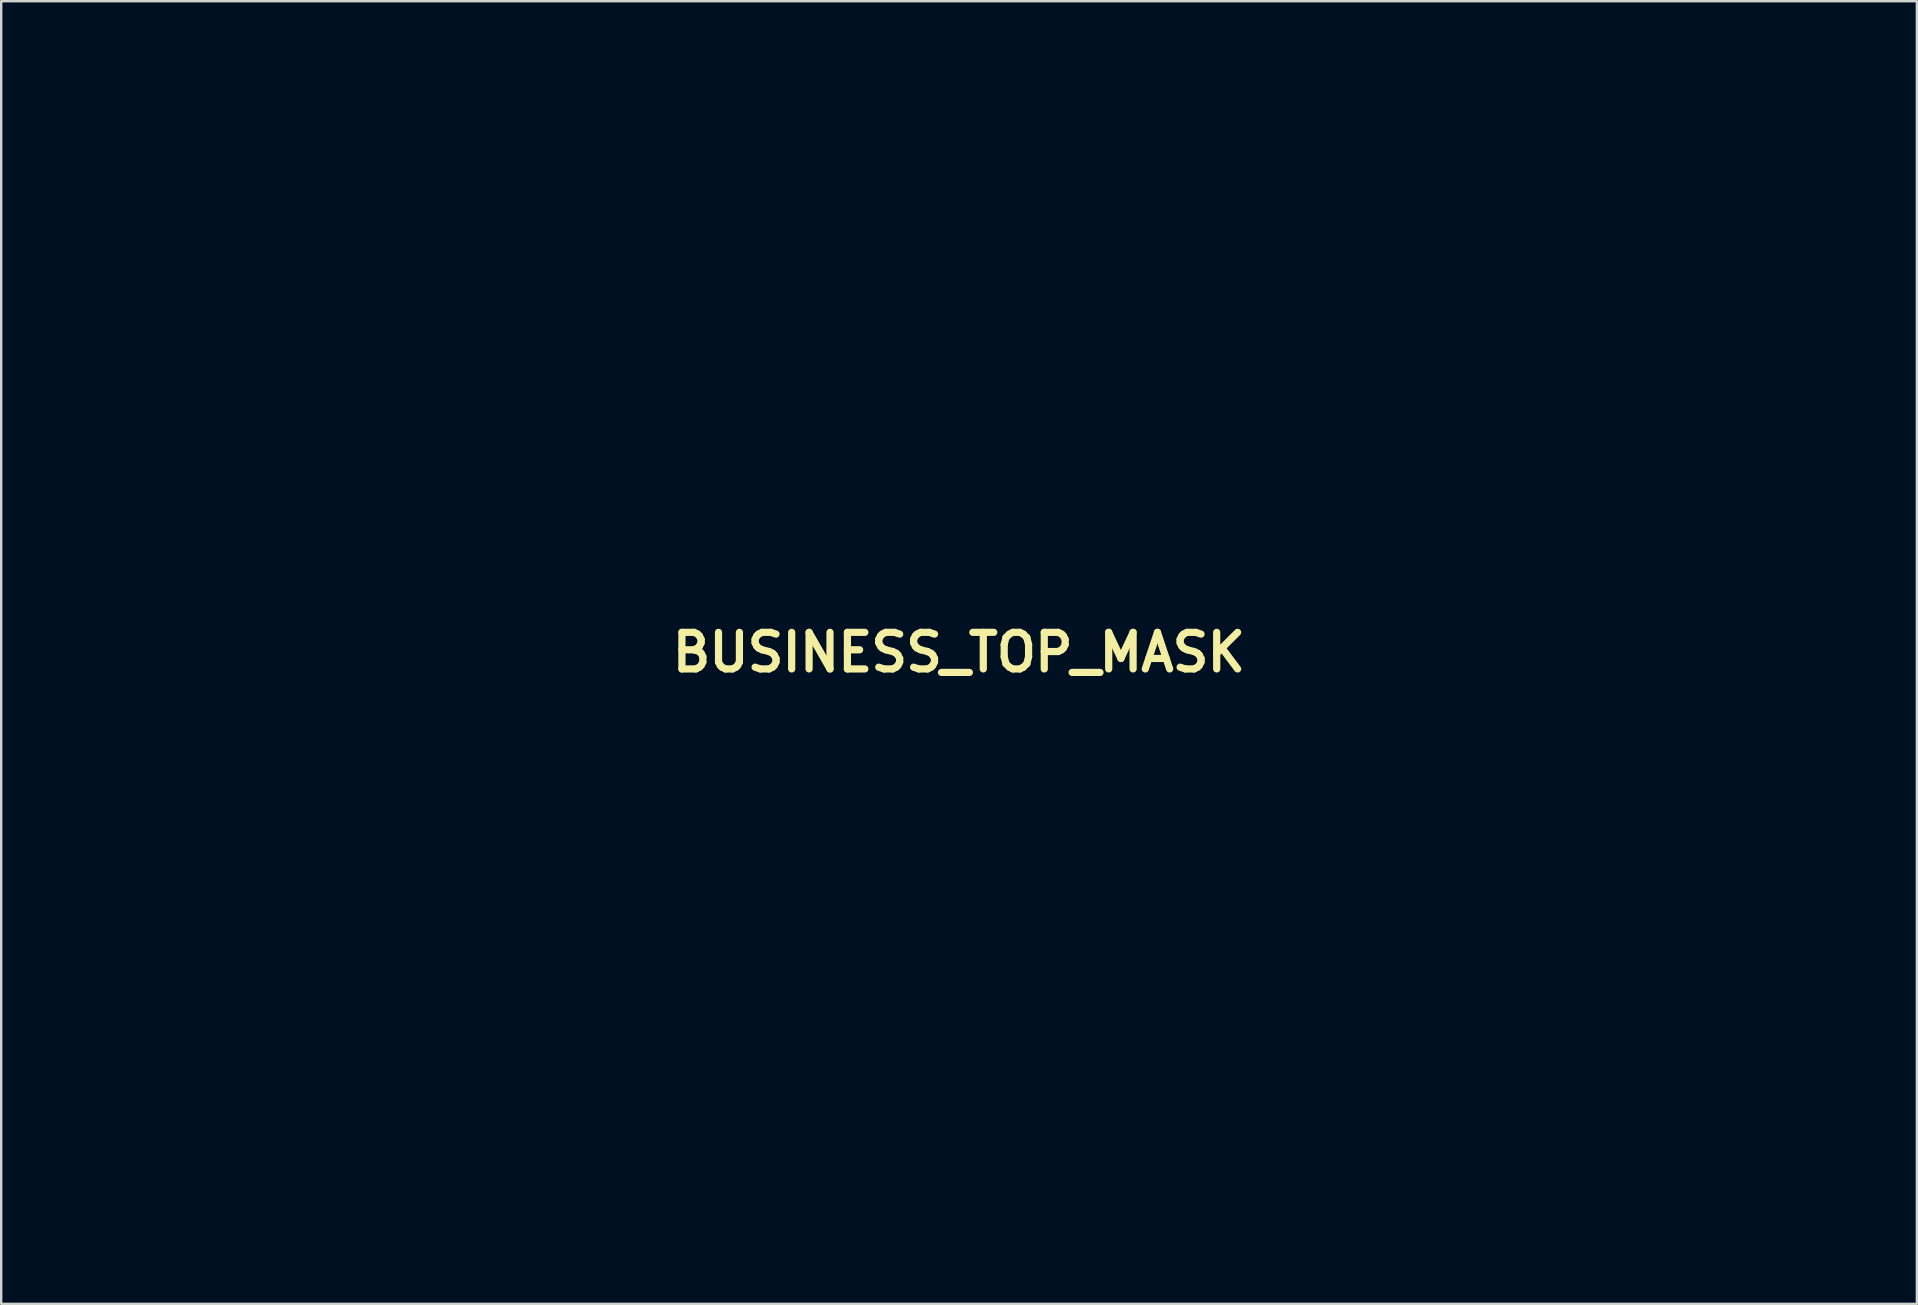
<source format=kicad_pcb>
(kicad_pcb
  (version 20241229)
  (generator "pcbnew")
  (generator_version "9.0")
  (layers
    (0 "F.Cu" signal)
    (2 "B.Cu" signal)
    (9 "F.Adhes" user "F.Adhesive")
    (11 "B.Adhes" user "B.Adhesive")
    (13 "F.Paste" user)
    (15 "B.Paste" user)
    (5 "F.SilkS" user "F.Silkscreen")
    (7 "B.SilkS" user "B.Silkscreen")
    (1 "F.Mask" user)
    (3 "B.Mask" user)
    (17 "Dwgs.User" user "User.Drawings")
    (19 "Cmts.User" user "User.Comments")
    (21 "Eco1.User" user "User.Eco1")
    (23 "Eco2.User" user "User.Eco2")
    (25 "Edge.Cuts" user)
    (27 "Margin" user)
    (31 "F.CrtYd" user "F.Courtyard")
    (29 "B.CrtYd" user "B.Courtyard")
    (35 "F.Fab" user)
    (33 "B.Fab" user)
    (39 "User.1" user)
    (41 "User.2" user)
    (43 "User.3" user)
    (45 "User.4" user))
  (footprint "BUSINESS_TOP_MASK"
    (layer "F.Cu")
    (at 36.9 24.13)
    (property "Reference" "BUSINESS_TOP_MASK" (at 0 0 0) (layer "F.SilkS") (effects (font (size 1.524 1.524) (thickness 0.3))))
    (attr through_hole)
    (fp_poly (pts (xy -17.646 20.423) (xy -17.565 20.471) (xy -17.531 20.503) (xy -17.479 20.583) (xy -17.457 20.669) (xy -17.463 20.756) (xy -17.497 20.836) (xy -17.557 20.904) (xy -17.607 20.936) (xy -17.673 20.956) (xy -17.753 20.96) (xy -17.831 20.949) (xy -17.889 20.927) (xy -17.958 20.867) (xy -17.999 20.787) (xy -18.012 20.693) (xy -18.001 20.598) (xy -17.967 20.524) (xy -17.906 20.462) (xy -17.822 20.418) (xy -17.733 20.405) (xy -17.646 20.423)) (stroke (width 0.01) (type solid)) (fill yes) (layer "F.Mask"))
    (fp_poly (pts (xy -11.247 20.408) (xy -11.164 20.445) (xy -11.117 20.483) (xy -11.059 20.558) (xy -11.029 20.642) (xy -11.025 20.729) (xy -11.048 20.811) (xy -11.096 20.883) (xy -11.167 20.935) (xy -11.237 20.957) (xy -11.319 20.96) (xy -11.399 20.947) (xy -11.456 20.922) (xy -11.498 20.884) (xy -11.539 20.83) (xy -11.554 20.804) (xy -11.584 20.713) (xy -11.582 20.629) (xy -11.546 20.549) (xy -11.499 20.492) (xy -11.419 20.432) (xy -11.334 20.403) (xy -11.247 20.408)) (stroke (width 0.01) (type solid)) (fill yes) (layer "F.Mask"))
    (fp_poly (pts (xy -18.519 20.408) (xy -18.438 20.437) (xy -18.369 20.494) (xy -18.316 20.576) (xy -18.309 20.591) (xy -18.291 20.68) (xy -18.303 20.769) (xy -18.342 20.85) (xy -18.405 20.915) (xy -18.423 20.927) (xy -18.495 20.954) (xy -18.58 20.962) (xy -18.663 20.95) (xy -18.726 20.922) (xy -18.768 20.884) (xy -18.808 20.83) (xy -18.823 20.804) (xy -18.854 20.713) (xy -18.851 20.629) (xy -18.816 20.549) (xy -18.768 20.492) (xy -18.689 20.434) (xy -18.604 20.406) (xy -18.519 20.408)) (stroke (width 0.01) (type solid)) (fill yes) (layer "F.Mask"))
    (fp_poly (pts (xy -10.411 20.408) (xy -10.403 20.41) (xy -10.344 20.436) (xy -10.283 20.483) (xy -10.231 20.541) (xy -10.2 20.599) (xy -10.188 20.686) (xy -10.204 20.773) (xy -10.245 20.854) (xy -10.306 20.917) (xy -10.336 20.935) (xy -10.406 20.956) (xy -10.487 20.96) (xy -10.567 20.948) (xy -10.625 20.922) (xy -10.672 20.882) (xy -10.71 20.835) (xy -10.713 20.83) (xy -10.737 20.763) (xy -10.745 20.682) (xy -10.735 20.603) (xy -10.719 20.557) (xy -10.665 20.486) (xy -10.589 20.435) (xy -10.502 20.408) (xy -10.411 20.408)) (stroke (width 0.01) (type solid)) (fill yes) (layer "F.Mask"))
    (fp_poly (pts (xy 27.08 -24.125) (xy 27.222 -24.107) (xy 27.358 -24.07) (xy 27.499 -24.009) (xy 27.525 -23.997) (xy 27.593 -23.96) (xy 27.652 -23.923) (xy 27.708 -23.88) (xy 27.771 -23.825) (xy 27.847 -23.751) (xy 27.858 -23.74) (xy 27.988 -23.597) (xy 28.088 -23.457) (xy 28.16 -23.314) (xy 28.207 -23.162) (xy 28.23 -22.996) (xy 28.234 -22.867) (xy 28.22 -22.664) (xy 28.179 -22.48) (xy 28.109 -22.31) (xy 28.009 -22.149) (xy 27.877 -21.995) (xy 27.866 -21.984) (xy 27.724 -21.855) (xy 27.583 -21.755) (xy 27.437 -21.681) (xy 27.366 -21.654) (xy 27.286 -21.635) (xy 27.182 -21.62) (xy 27.064 -21.611) (xy 26.942 -21.608) (xy 26.825 -21.61) (xy 26.724 -21.619) (xy 26.662 -21.631) (xy 26.5 -21.686) (xy 26.338 -21.768) (xy 26.186 -21.871) (xy 26.051 -21.99) (xy 25.967 -22.086) (xy 25.866 -22.237) (xy 25.793 -22.392) (xy 25.745 -22.559) (xy 25.721 -22.742) (xy 25.717 -22.858) (xy 25.718 -22.985) (xy 25.727 -23.09) (xy 25.744 -23.182) (xy 25.773 -23.273) (xy 25.816 -23.374) (xy 25.836 -23.417) (xy 25.872 -23.489) (xy 25.906 -23.547) (xy 25.945 -23.601) (xy 25.996 -23.658) (xy 26.064 -23.727) (xy 26.076 -23.739) (xy 26.221 -23.87) (xy 26.364 -23.971) (xy 26.51 -24.044) (xy 26.666 -24.093) (xy 26.838 -24.12) (xy 26.919 -24.125) (xy 27.08 -24.125)) (stroke (width 0.01) (type solid)) (fill yes) (layer "F.Mask"))
    (fp_poly (pts (xy -25.3 20.988) (xy -25.212 20.992) (xy -25.147 21) (xy -25.101 21.014) (xy -25.069 21.034) (xy -25.046 21.064) (xy -25.027 21.1) (xy -24.996 21.203) (xy -24.998 21.3) (xy -25.032 21.39) (xy -25.08 21.452) (xy -25.146 21.52) (xy -25.146 23.514) (xy -25.104 23.572) (xy -25.058 23.639) (xy -25.029 23.691) (xy -25.015 23.741) (xy -25.011 23.798) (xy -25.013 23.851) (xy -25.021 23.93) (xy -25.04 23.991) (xy -25.073 24.035) (xy -25.124 24.065) (xy -25.197 24.084) (xy -25.296 24.093) (xy -25.413 24.095) (xy -25.506 24.095) (xy -25.573 24.092) (xy -25.622 24.086) (xy -25.659 24.077) (xy -25.694 24.062) (xy -25.705 24.057) (xy -25.777 24.011) (xy -25.822 23.957) (xy -25.844 23.887) (xy -25.849 23.818) (xy -25.847 23.76) (xy -25.839 23.716) (xy -25.82 23.672) (xy -25.786 23.618) (xy -25.777 23.604) (xy -25.705 23.497) (xy -25.705 22.535) (xy -25.705 22.298) (xy -25.706 22.092) (xy -25.708 21.917) (xy -25.71 21.774) (xy -25.713 21.662) (xy -25.716 21.583) (xy -25.72 21.537) (xy -25.723 21.526) (xy -25.747 21.483) (xy -25.774 21.456) (xy -25.818 21.407) (xy -25.846 21.336) (xy -25.858 21.256) (xy -25.852 21.175) (xy -25.826 21.104) (xy -25.824 21.101) (xy -25.796 21.061) (xy -25.764 21.031) (xy -25.722 21.01) (xy -25.666 20.997) (xy -25.589 20.99) (xy -25.488 20.987) (xy -25.417 20.987) (xy -25.3 20.988)) (stroke (width 0.01) (type solid)) (fill yes) (layer "F.Mask"))
    (fp_poly (pts (xy 5.431 14.911) (xy 5.497 14.935) (xy 5.543 14.977) (xy 5.568 15.022) (xy 5.589 15.107) (xy 5.582 15.196) (xy 5.546 15.293) (xy 5.542 15.302) (xy 5.513 15.361) (xy 5.477 15.439) (xy 5.44 15.524) (xy 5.421 15.567) (xy 5.378 15.666) (xy 5.324 15.792) (xy 5.258 15.94) (xy 5.185 16.107) (xy 5.105 16.287) (xy 5.021 16.476) (xy 4.934 16.67) (xy 4.846 16.866) (xy 4.76 17.057) (xy 4.718 17.149) (xy 4.657 17.285) (xy 4.596 17.422) (xy 4.539 17.552) (xy 4.487 17.671) (xy 4.443 17.774) (xy 4.409 17.854) (xy 4.395 17.889) (xy 4.351 17.994) (xy 4.312 18.072) (xy 4.276 18.127) (xy 4.237 18.163) (xy 4.192 18.187) (xy 4.159 18.197) (xy 4.094 18.211) (xy 4.043 18.213) (xy 3.993 18.202) (xy 3.96 18.191) (xy 3.879 18.148) (xy 3.827 18.089) (xy 3.805 18.012) (xy 3.811 17.919) (xy 3.847 17.807) (xy 3.911 17.679) (xy 3.945 17.623) (xy 3.977 17.567) (xy 4.02 17.482) (xy 4.073 17.371) (xy 4.136 17.238) (xy 4.205 17.084) (xy 4.282 16.912) (xy 4.363 16.725) (xy 4.418 16.597) (xy 4.463 16.49) (xy 4.52 16.36) (xy 4.582 16.215) (xy 4.649 16.063) (xy 4.715 15.912) (xy 4.777 15.77) (xy 4.778 15.767) (xy 4.832 15.643) (xy 4.883 15.527) (xy 4.928 15.421) (xy 4.966 15.332) (xy 4.994 15.263) (xy 5.012 15.218) (xy 5.016 15.208) (xy 5.054 15.097) (xy 5.095 15.015) (xy 5.14 14.959) (xy 5.196 14.925) (xy 5.267 14.908) (xy 5.339 14.904) (xy 5.431 14.911)) (stroke (width 0.01) (type solid)) (fill yes) (layer "F.Mask"))
    (fp_poly (pts (xy 27.153 -20.712) (xy 27.335 -20.679) (xy 27.491 -20.623) (xy 27.624 -20.544) (xy 27.734 -20.441) (xy 27.821 -20.314) (xy 27.886 -20.162) (xy 27.92 -20.036) (xy 27.925 -20.011) (xy 27.929 -19.983) (xy 27.933 -19.95) (xy 27.936 -19.909) (xy 27.939 -19.859) (xy 27.941 -19.797) (xy 27.943 -19.721) (xy 27.944 -19.629) (xy 27.946 -19.519) (xy 27.946 -19.389) (xy 27.947 -19.236) (xy 27.947 -19.059) (xy 27.947 -18.856) (xy 27.947 -18.624) (xy 27.947 -18.361) (xy 27.947 -18.222) (xy 27.946 -17.898) (xy 27.945 -17.606) (xy 27.944 -17.345) (xy 27.942 -17.117) (xy 27.94 -16.921) (xy 27.938 -16.759) (xy 27.935 -16.629) (xy 27.932 -16.532) (xy 27.929 -16.469) (xy 27.926 -16.443) (xy 27.91 -16.381) (xy 27.882 -16.302) (xy 27.849 -16.223) (xy 27.839 -16.202) (xy 27.747 -16.052) (xy 27.632 -15.927) (xy 27.494 -15.826) (xy 27.334 -15.751) (xy 27.281 -15.733) (xy 27.204 -15.717) (xy 27.103 -15.705) (xy 26.99 -15.698) (xy 26.875 -15.697) (xy 26.768 -15.701) (xy 26.679 -15.711) (xy 26.657 -15.716) (xy 26.531 -15.755) (xy 26.405 -15.813) (xy 26.29 -15.884) (xy 26.208 -15.952) (xy 26.14 -16.034) (xy 26.073 -16.139) (xy 26.014 -16.257) (xy 25.975 -16.36) (xy 25.971 -16.388) (xy 25.968 -16.447) (xy 25.964 -16.534) (xy 25.961 -16.646) (xy 25.958 -16.781) (xy 25.956 -16.936) (xy 25.953 -17.107) (xy 25.951 -17.293) (xy 25.949 -17.49) (xy 25.948 -17.695) (xy 25.946 -17.905) (xy 25.945 -18.119) (xy 25.944 -18.332) (xy 25.944 -18.542) (xy 25.944 -18.747) (xy 25.944 -18.942) (xy 25.945 -19.127) (xy 25.946 -19.297) (xy 25.947 -19.449) (xy 25.949 -19.582) (xy 25.952 -19.692) (xy 25.955 -19.776) (xy 25.956 -19.812) (xy 25.966 -19.938) (xy 25.979 -20.038) (xy 25.998 -20.12) (xy 26.026 -20.192) (xy 26.065 -20.262) (xy 26.118 -20.339) (xy 26.135 -20.362) (xy 26.249 -20.488) (xy 26.379 -20.586) (xy 26.528 -20.657) (xy 26.698 -20.702) (xy 26.888 -20.722) (xy 26.947 -20.723) (xy 27.153 -20.712)) (stroke (width 0.01) (type solid)) (fill yes) (layer "F.Mask"))
    (fp_poly (pts (xy -16.044 6.322) (xy -15.871 6.323) (xy -15.702 6.325) (xy -15.542 6.327) (xy -15.397 6.331) (xy -15.271 6.335) (xy -15.224 6.337) (xy -15.022 6.348) (xy -14.85 6.361) (xy -14.706 6.377) (xy -14.587 6.396) (xy -14.49 6.421) (xy -14.41 6.451) (xy -14.347 6.488) (xy -14.295 6.532) (xy -14.253 6.585) (xy -14.217 6.647) (xy -14.214 6.653) (xy -14.157 6.769) (xy -14.163 8.896) (xy -14.164 9.163) (xy -14.165 9.423) (xy -14.166 9.672) (xy -14.167 9.908) (xy -14.169 10.13) (xy -14.17 10.335) (xy -14.172 10.521) (xy -14.174 10.686) (xy -14.176 10.828) (xy -14.177 10.945) (xy -14.179 11.034) (xy -14.181 11.093) (xy -14.183 11.119) (xy -14.216 11.246) (xy -14.274 11.351) (xy -14.355 11.432) (xy -14.41 11.467) (xy -14.462 11.484) (xy -14.536 11.495) (xy -14.62 11.501) (xy -14.704 11.5) (xy -14.776 11.492) (xy -14.812 11.483) (xy -14.908 11.434) (xy -14.979 11.366) (xy -15.016 11.306) (xy -15.055 11.226) (xy -15.066 9.904) (xy -15.069 9.588) (xy -15.073 9.285) (xy -15.077 8.997) (xy -15.081 8.726) (xy -15.086 8.474) (xy -15.092 8.244) (xy -15.097 8.037) (xy -15.103 7.855) (xy -15.11 7.701) (xy -15.116 7.576) (xy -15.123 7.482) (xy -15.124 7.464) (xy -15.145 7.363) (xy -15.185 7.287) (xy -15.247 7.233) (xy -15.263 7.224) (xy -15.279 7.217) (xy -15.297 7.212) (xy -15.321 7.207) (xy -15.354 7.203) (xy -15.398 7.2) (xy -15.456 7.198) (xy -15.531 7.197) (xy -15.627 7.196) (xy -15.746 7.197) (xy -15.892 7.197) (xy -16.066 7.198) (xy -16.194 7.199) (xy -16.402 7.2) (xy -16.579 7.201) (xy -16.728 7.201) (xy -16.851 7.2) (xy -16.953 7.198) (xy -17.034 7.194) (xy -17.1 7.188) (xy -17.151 7.18) (xy -17.192 7.17) (xy -17.224 7.158) (xy -17.252 7.142) (xy -17.277 7.124) (xy -17.301 7.104) (xy -17.368 7.033) (xy -17.411 6.954) (xy -17.432 6.858) (xy -17.436 6.782) (xy -17.426 6.661) (xy -17.394 6.564) (xy -17.337 6.483) (xy -17.251 6.413) (xy -17.22 6.394) (xy -17.173 6.371) (xy -17.117 6.354) (xy -17.043 6.343) (xy -16.983 6.336) (xy -16.912 6.332) (xy -16.812 6.328) (xy -16.688 6.325) (xy -16.544 6.323) (xy -16.386 6.322) (xy -16.217 6.321) (xy -16.044 6.322)) (stroke (width 0.01) (type solid)) (fill yes) (layer "F.Mask"))
    (fp_poly (pts (xy -4.878 6.322) (xy -4.704 6.323) (xy -4.535 6.325) (xy -4.376 6.327) (xy -4.231 6.331) (xy -4.104 6.335) (xy -4.057 6.337) (xy -3.855 6.348) (xy -3.684 6.361) (xy -3.54 6.377) (xy -3.421 6.396) (xy -3.323 6.421) (xy -3.244 6.451) (xy -3.18 6.488) (xy -3.129 6.532) (xy -3.087 6.585) (xy -3.05 6.647) (xy -3.048 6.653) (xy -2.991 6.769) (xy -2.996 8.896) (xy -2.997 9.163) (xy -2.998 9.423) (xy -2.999 9.672) (xy -3.001 9.908) (xy -3.002 10.13) (xy -3.004 10.335) (xy -3.005 10.521) (xy -3.007 10.686) (xy -3.009 10.828) (xy -3.011 10.945) (xy -3.013 11.034) (xy -3.015 11.093) (xy -3.016 11.119) (xy -3.05 11.246) (xy -3.108 11.351) (xy -3.189 11.432) (xy -3.244 11.467) (xy -3.296 11.484) (xy -3.369 11.495) (xy -3.454 11.501) (xy -3.538 11.5) (xy -3.609 11.492) (xy -3.645 11.483) (xy -3.742 11.434) (xy -3.813 11.366) (xy -3.849 11.306) (xy -3.889 11.226) (xy -3.9 9.904) (xy -3.903 9.588) (xy -3.906 9.285) (xy -3.91 8.997) (xy -3.915 8.726) (xy -3.92 8.474) (xy -3.925 8.244) (xy -3.931 8.037) (xy -3.937 7.855) (xy -3.943 7.701) (xy -3.95 7.576) (xy -3.956 7.482) (xy -3.958 7.464) (xy -3.978 7.363) (xy -4.018 7.287) (xy -4.08 7.233) (xy -4.097 7.224) (xy -4.112 7.217) (xy -4.131 7.212) (xy -4.155 7.207) (xy -4.187 7.203) (xy -4.231 7.2) (xy -4.289 7.198) (xy -4.365 7.197) (xy -4.461 7.196) (xy -4.58 7.197) (xy -4.725 7.197) (xy -4.899 7.198) (xy -5.028 7.199) (xy -5.236 7.2) (xy -5.413 7.201) (xy -5.561 7.201) (xy -5.685 7.2) (xy -5.786 7.198) (xy -5.868 7.194) (xy -5.933 7.188) (xy -5.984 7.18) (xy -6.025 7.17) (xy -6.058 7.158) (xy -6.085 7.142) (xy -6.111 7.124) (xy -6.135 7.104) (xy -6.202 7.033) (xy -6.244 6.954) (xy -6.265 6.858) (xy -6.269 6.782) (xy -6.259 6.661) (xy -6.227 6.564) (xy -6.17 6.483) (xy -6.084 6.413) (xy -6.054 6.394) (xy -6.006 6.371) (xy -5.951 6.354) (xy -5.877 6.343) (xy -5.816 6.336) (xy -5.745 6.332) (xy -5.645 6.328) (xy -5.521 6.325) (xy -5.377 6.323) (xy -5.219 6.322) (xy -5.051 6.321) (xy -4.878 6.322)) (stroke (width 0.01) (type solid)) (fill yes) (layer "F.Mask"))
    (fp_poly (pts (xy -35.507 20.983) (xy -35.401 20.997) (xy -35.321 21.021) (xy -35.262 21.059) (xy -35.222 21.111) (xy -35.197 21.179) (xy -35.194 21.191) (xy -35.188 21.286) (xy -35.214 21.374) (xy -35.267 21.446) (xy -35.305 21.492) (xy -35.331 21.54) (xy -35.336 21.556) (xy -35.338 21.582) (xy -35.34 21.639) (xy -35.341 21.724) (xy -35.343 21.832) (xy -35.344 21.962) (xy -35.345 22.108) (xy -35.346 22.269) (xy -35.346 22.44) (xy -35.346 22.534) (xy -35.346 22.747) (xy -35.345 22.928) (xy -35.344 23.08) (xy -35.343 23.205) (xy -35.341 23.304) (xy -35.338 23.381) (xy -35.335 23.437) (xy -35.331 23.476) (xy -35.326 23.498) (xy -35.325 23.502) (xy -35.303 23.545) (xy -34.711 23.545) (xy -34.553 23.471) (xy -34.476 23.436) (xy -34.422 23.415) (xy -34.38 23.406) (xy -34.344 23.405) (xy -34.327 23.407) (xy -34.252 23.427) (xy -34.197 23.461) (xy -34.158 23.514) (xy -34.133 23.59) (xy -34.118 23.694) (xy -34.116 23.727) (xy -34.114 23.841) (xy -34.124 23.928) (xy -34.148 23.994) (xy -34.188 24.042) (xy -34.2 24.051) (xy -34.212 24.06) (xy -34.226 24.067) (xy -34.245 24.072) (xy -34.271 24.077) (xy -34.309 24.08) (xy -34.361 24.083) (xy -34.43 24.086) (xy -34.519 24.087) (xy -34.631 24.089) (xy -34.77 24.09) (xy -34.938 24.091) (xy -35.03 24.091) (xy -35.214 24.092) (xy -35.368 24.093) (xy -35.494 24.093) (xy -35.595 24.093) (xy -35.675 24.091) (xy -35.736 24.089) (xy -35.782 24.087) (xy -35.816 24.083) (xy -35.84 24.078) (xy -35.859 24.072) (xy -35.871 24.066) (xy -35.938 24.018) (xy -35.981 23.953) (xy -36.002 23.866) (xy -36.004 23.846) (xy -36.006 23.796) (xy -36.001 23.755) (xy -35.988 23.713) (xy -35.962 23.658) (xy -35.937 23.612) (xy -35.863 23.477) (xy -35.858 22.604) (xy -35.857 22.432) (xy -35.857 22.268) (xy -35.857 22.115) (xy -35.857 21.977) (xy -35.858 21.858) (xy -35.86 21.76) (xy -35.861 21.689) (xy -35.863 21.647) (xy -35.864 21.642) (xy -35.883 21.561) (xy -35.92 21.499) (xy -35.921 21.498) (xy -35.973 21.431) (xy -36.001 21.37) (xy -36.012 21.3) (xy -36.013 21.266) (xy -36.001 21.167) (xy -35.968 21.083) (xy -35.917 21.022) (xy -35.899 21.009) (xy -35.87 20.995) (xy -35.835 20.986) (xy -35.786 20.981) (xy -35.715 20.978) (xy -35.643 20.978) (xy -35.507 20.983)) (stroke (width 0.01) (type solid)) (fill yes) (layer "F.Mask"))
    (fp_poly (pts (xy -35.325 6.322) (xy -35.031 6.327) (xy -34.769 6.334) (xy -34.54 6.345) (xy -34.343 6.359) (xy -34.179 6.376) (xy -34.046 6.397) (xy -33.945 6.421) (xy -33.891 6.44) (xy -33.788 6.503) (xy -33.705 6.591) (xy -33.648 6.692) (xy -33.61 6.786) (xy -33.616 8.659) (xy -33.617 8.916) (xy -33.618 9.169) (xy -33.619 9.415) (xy -33.621 9.651) (xy -33.622 9.875) (xy -33.624 10.084) (xy -33.625 10.275) (xy -33.627 10.446) (xy -33.629 10.594) (xy -33.631 10.716) (xy -33.632 10.809) (xy -33.634 10.87) (xy -33.638 10.989) (xy -33.643 11.079) (xy -33.648 11.146) (xy -33.654 11.195) (xy -33.662 11.231) (xy -33.673 11.26) (xy -33.682 11.278) (xy -33.731 11.35) (xy -33.796 11.416) (xy -33.868 11.466) (xy -33.918 11.487) (xy -33.993 11.5) (xy -34.083 11.504) (xy -34.174 11.499) (xy -34.251 11.486) (xy -34.27 11.48) (xy -34.357 11.439) (xy -34.422 11.381) (xy -34.465 11.318) (xy -34.508 11.243) (xy -34.519 9.989) (xy -34.522 9.668) (xy -34.526 9.358) (xy -34.53 9.062) (xy -34.535 8.783) (xy -34.54 8.523) (xy -34.546 8.283) (xy -34.552 8.067) (xy -34.559 7.876) (xy -34.565 7.713) (xy -34.572 7.58) (xy -34.577 7.511) (xy -34.59 7.41) (xy -34.615 7.334) (xy -34.655 7.277) (xy -34.714 7.231) (xy -34.72 7.228) (xy -34.734 7.22) (xy -34.749 7.214) (xy -34.768 7.208) (xy -34.795 7.204) (xy -34.832 7.201) (xy -34.881 7.199) (xy -34.947 7.197) (xy -35.031 7.196) (xy -35.137 7.196) (xy -35.268 7.197) (xy -35.426 7.198) (xy -35.614 7.199) (xy -35.654 7.199) (xy -35.864 7.2) (xy -36.043 7.201) (xy -36.194 7.201) (xy -36.319 7.2) (xy -36.422 7.198) (xy -36.505 7.193) (xy -36.572 7.187) (xy -36.624 7.178) (xy -36.665 7.166) (xy -36.697 7.152) (xy -36.725 7.134) (xy -36.749 7.112) (xy -36.773 7.087) (xy -36.782 7.077) (xy -36.843 6.998) (xy -36.879 6.912) (xy -36.894 6.811) (xy -36.895 6.761) (xy -36.882 6.648) (xy -36.842 6.553) (xy -36.773 6.468) (xy -36.767 6.462) (xy -36.733 6.432) (xy -36.697 6.406) (xy -36.658 6.385) (xy -36.611 6.368) (xy -36.553 6.354) (xy -36.482 6.343) (xy -36.395 6.335) (xy -36.289 6.329) (xy -36.16 6.325) (xy -36.006 6.323) (xy -35.823 6.321) (xy -35.654 6.321) (xy -35.325 6.322)) (stroke (width 0.01) (type solid)) (fill yes) (layer "F.Mask"))
    (fp_poly (pts (xy -24.159 6.322) (xy -23.864 6.327) (xy -23.602 6.334) (xy -23.373 6.345) (xy -23.177 6.359) (xy -23.012 6.376) (xy -22.879 6.397) (xy -22.778 6.421) (xy -22.724 6.44) (xy -22.622 6.503) (xy -22.538 6.591) (xy -22.481 6.692) (xy -22.444 6.786) (xy -22.45 8.633) (xy -22.45 8.889) (xy -22.452 9.142) (xy -22.453 9.388) (xy -22.454 9.624) (xy -22.456 9.849) (xy -22.457 10.059) (xy -22.459 10.251) (xy -22.461 10.423) (xy -22.462 10.572) (xy -22.464 10.694) (xy -22.466 10.789) (xy -22.467 10.845) (xy -22.472 10.967) (xy -22.476 11.062) (xy -22.48 11.132) (xy -22.486 11.184) (xy -22.493 11.222) (xy -22.503 11.251) (xy -22.515 11.278) (xy -22.515 11.278) (xy -22.564 11.35) (xy -22.63 11.416) (xy -22.701 11.466) (xy -22.751 11.487) (xy -22.826 11.5) (xy -22.916 11.504) (xy -23.007 11.499) (xy -23.084 11.486) (xy -23.103 11.48) (xy -23.19 11.439) (xy -23.255 11.381) (xy -23.299 11.318) (xy -23.341 11.243) (xy -23.352 9.997) (xy -23.355 9.682) (xy -23.359 9.377) (xy -23.363 9.085) (xy -23.368 8.808) (xy -23.373 8.548) (xy -23.379 8.309) (xy -23.385 8.091) (xy -23.391 7.899) (xy -23.398 7.734) (xy -23.405 7.598) (xy -23.41 7.511) (xy -23.423 7.41) (xy -23.448 7.334) (xy -23.488 7.277) (xy -23.548 7.231) (xy -23.553 7.228) (xy -23.567 7.22) (xy -23.582 7.214) (xy -23.602 7.208) (xy -23.629 7.204) (xy -23.665 7.201) (xy -23.715 7.199) (xy -23.78 7.197) (xy -23.865 7.196) (xy -23.971 7.196) (xy -24.101 7.197) (xy -24.259 7.198) (xy -24.448 7.199) (xy -24.487 7.199) (xy -24.697 7.2) (xy -24.876 7.201) (xy -25.027 7.201) (xy -25.153 7.2) (xy -25.256 7.198) (xy -25.339 7.193) (xy -25.405 7.187) (xy -25.457 7.178) (xy -25.498 7.166) (xy -25.531 7.152) (xy -25.558 7.134) (xy -25.582 7.112) (xy -25.607 7.087) (xy -25.616 7.077) (xy -25.676 6.998) (xy -25.712 6.912) (xy -25.728 6.811) (xy -25.729 6.761) (xy -25.716 6.648) (xy -25.676 6.553) (xy -25.607 6.468) (xy -25.601 6.462) (xy -25.566 6.432) (xy -25.531 6.406) (xy -25.491 6.385) (xy -25.444 6.368) (xy -25.387 6.354) (xy -25.316 6.343) (xy -25.229 6.335) (xy -25.123 6.329) (xy -24.994 6.325) (xy -24.84 6.323) (xy -24.657 6.321) (xy -24.487 6.321) (xy -24.159 6.322)) (stroke (width 0.01) (type solid)) (fill yes) (layer "F.Mask"))
    (fp_poly (pts (xy -19.833 21.006) (xy -19.741 21.024) (xy -19.678 21.052) (xy -19.664 21.063) (xy -19.628 21.114) (xy -19.601 21.186) (xy -19.589 21.266) (xy -19.588 21.285) (xy -19.6 21.344) (xy -19.633 21.414) (xy -19.641 21.427) (xy -19.664 21.463) (xy -19.683 21.496) (xy -19.698 21.528) (xy -19.711 21.564) (xy -19.72 21.606) (xy -19.728 21.658) (xy -19.733 21.723) (xy -19.737 21.805) (xy -19.739 21.906) (xy -19.74 22.031) (xy -19.74 22.182) (xy -19.741 22.363) (xy -19.741 22.407) (xy -19.741 22.619) (xy -19.742 22.801) (xy -19.745 22.955) (xy -19.748 23.086) (xy -19.754 23.196) (xy -19.761 23.29) (xy -19.77 23.371) (xy -19.782 23.442) (xy -19.797 23.506) (xy -19.814 23.568) (xy -19.832 23.622) (xy -19.898 23.771) (xy -19.985 23.897) (xy -20.09 23.997) (xy -20.211 24.069) (xy -20.345 24.112) (xy -20.4 24.12) (xy -20.462 24.127) (xy -20.515 24.133) (xy -20.537 24.135) (xy -20.576 24.136) (xy -20.634 24.133) (xy -20.693 24.128) (xy -20.769 24.116) (xy -20.845 24.1) (xy -20.891 24.087) (xy -21.013 24.033) (xy -21.132 23.953) (xy -21.24 23.855) (xy -21.328 23.748) (xy -21.351 23.711) (xy -21.387 23.662) (xy -21.427 23.623) (xy -21.439 23.616) (xy -21.489 23.568) (xy -21.522 23.501) (xy -21.536 23.421) (xy -21.531 23.337) (xy -21.508 23.257) (xy -21.467 23.19) (xy -21.439 23.163) (xy -21.384 23.129) (xy -21.317 23.109) (xy -21.233 23.101) (xy -21.125 23.105) (xy -21.082 23.108) (xy -21 23.117) (xy -20.945 23.126) (xy -20.907 23.137) (xy -20.881 23.152) (xy -20.865 23.167) (xy -20.821 23.234) (xy -20.805 23.321) (xy -20.814 23.417) (xy -20.824 23.469) (xy -20.823 23.501) (xy -20.808 23.526) (xy -20.778 23.555) (xy -20.711 23.593) (xy -20.632 23.607) (xy -20.55 23.596) (xy -20.472 23.562) (xy -20.408 23.508) (xy -20.391 23.486) (xy -20.371 23.452) (xy -20.354 23.417) (xy -20.34 23.376) (xy -20.328 23.327) (xy -20.319 23.267) (xy -20.312 23.192) (xy -20.307 23.1) (xy -20.304 22.988) (xy -20.302 22.853) (xy -20.302 22.691) (xy -20.303 22.5) (xy -20.303 22.386) (xy -20.308 21.596) (xy -20.389 21.461) (xy -20.438 21.367) (xy -20.465 21.29) (xy -20.468 21.222) (xy -20.451 21.155) (xy -20.439 21.13) (xy -20.407 21.082) (xy -20.362 21.048) (xy -20.299 21.023) (xy -20.212 21.008) (xy -20.097 20.999) (xy -20.09 20.999) (xy -19.95 20.997) (xy -19.833 21.006)) (stroke (width 0.01) (type solid)) (fill yes) (layer "F.Mask"))
    (fp_poly (pts (xy -0.752 14.917) (xy -0.654 14.942) (xy -0.581 14.986) (xy -0.547 15.024) (xy -0.542 15.035) (xy -0.537 15.049) (xy -0.533 15.07) (xy -0.529 15.099) (xy -0.527 15.139) (xy -0.525 15.193) (xy -0.523 15.263) (xy -0.522 15.351) (xy -0.521 15.459) (xy -0.521 15.591) (xy -0.521 15.747) (xy -0.522 15.931) (xy -0.523 16.146) (xy -0.523 16.299) (xy -0.528 17.53) (xy -0.491 17.563) (xy -0.474 17.576) (xy -0.453 17.585) (xy -0.422 17.591) (xy -0.376 17.594) (xy -0.308 17.594) (xy -0.213 17.593) (xy -0.194 17.593) (xy -0.095 17.591) (xy -0.024 17.591) (xy 0.025 17.593) (xy 0.059 17.598) (xy 0.082 17.607) (xy 0.102 17.62) (xy 0.118 17.633) (xy 0.187 17.71) (xy 0.225 17.794) (xy 0.233 17.882) (xy 0.211 17.967) (xy 0.159 18.045) (xy 0.112 18.087) (xy 0.101 18.095) (xy 0.087 18.102) (xy 0.069 18.107) (xy 0.043 18.112) (xy 0.007 18.115) (xy -0.043 18.118) (xy -0.11 18.12) (xy -0.196 18.122) (xy -0.304 18.123) (xy -0.437 18.124) (xy -0.598 18.125) (xy -0.79 18.126) (xy -0.793 18.126) (xy -0.988 18.127) (xy -1.152 18.128) (xy -1.288 18.128) (xy -1.398 18.127) (xy -1.487 18.126) (xy -1.555 18.124) (xy -1.608 18.122) (xy -1.646 18.118) (xy -1.674 18.114) (xy -1.694 18.108) (xy -1.708 18.103) (xy -1.767 18.056) (xy -1.808 17.988) (xy -1.829 17.908) (xy -1.83 17.822) (xy -1.812 17.739) (xy -1.775 17.666) (xy -1.717 17.611) (xy -1.717 17.611) (xy -1.695 17.599) (xy -1.668 17.591) (xy -1.629 17.586) (xy -1.572 17.584) (xy -1.492 17.584) (xy -1.415 17.585) (xy -1.302 17.588) (xy -1.219 17.587) (xy -1.16 17.578) (xy -1.121 17.558) (xy -1.096 17.523) (xy -1.082 17.469) (xy -1.073 17.391) (xy -1.065 17.292) (xy -1.061 17.219) (xy -1.058 17.121) (xy -1.056 17.003) (xy -1.055 16.869) (xy -1.055 16.724) (xy -1.055 16.574) (xy -1.057 16.422) (xy -1.059 16.273) (xy -1.062 16.133) (xy -1.066 16.005) (xy -1.07 15.896) (xy -1.075 15.809) (xy -1.08 15.749) (xy -1.082 15.735) (xy -1.095 15.684) (xy -1.117 15.642) (xy -1.155 15.597) (xy -1.184 15.569) (xy -1.245 15.507) (xy -1.282 15.453) (xy -1.3 15.396) (xy -1.305 15.33) (xy -1.288 15.241) (xy -1.244 15.155) (xy -1.176 15.076) (xy -1.092 15.009) (xy -0.995 14.957) (xy -0.892 14.924) (xy -0.788 14.914) (xy -0.752 14.917)) (stroke (width 0.01) (type solid)) (fill yes) (layer "F.Mask"))
    (fp_poly (pts (xy -29.513 20.996) (xy -29.421 21.001) (xy -29.353 21.011) (xy -29.304 21.028) (xy -29.267 21.053) (xy -29.238 21.086) (xy -29.23 21.099) (xy -29.204 21.156) (xy -29.198 21.216) (xy -29.213 21.287) (xy -29.25 21.375) (xy -29.251 21.378) (xy -29.306 21.494) (xy -29.315 22.452) (xy -29.317 22.657) (xy -29.319 22.831) (xy -29.321 22.977) (xy -29.323 23.098) (xy -29.325 23.198) (xy -29.328 23.278) (xy -29.331 23.343) (xy -29.335 23.394) (xy -29.339 23.436) (xy -29.345 23.47) (xy -29.351 23.501) (xy -29.358 23.53) (xy -29.362 23.544) (xy -29.419 23.701) (xy -29.496 23.831) (xy -29.594 23.936) (xy -29.716 24.018) (xy -29.74 24.031) (xy -29.87 24.08) (xy -30.022 24.112) (xy -30.187 24.126) (xy -30.357 24.122) (xy -30.496 24.104) (xy -30.658 24.06) (xy -30.796 23.993) (xy -30.912 23.9) (xy -31.005 23.782) (xy -31.078 23.637) (xy -31.098 23.583) (xy -31.106 23.559) (xy -31.112 23.534) (xy -31.117 23.506) (xy -31.122 23.471) (xy -31.126 23.427) (xy -31.129 23.37) (xy -31.132 23.298) (xy -31.134 23.208) (xy -31.136 23.097) (xy -31.138 22.962) (xy -31.14 22.8) (xy -31.142 22.609) (xy -31.143 22.502) (xy -31.153 21.528) (xy -31.217 21.388) (xy -31.253 21.302) (xy -31.27 21.237) (xy -31.269 21.185) (xy -31.248 21.137) (xy -31.219 21.097) (xy -31.178 21.057) (xy -31.13 21.029) (xy -31.068 21.01) (xy -30.987 20.999) (xy -30.881 20.996) (xy -30.798 20.997) (xy -30.565 21.003) (xy -30.518 21.055) (xy -30.48 21.117) (xy -30.46 21.181) (xy -30.456 21.222) (xy -30.461 21.26) (xy -30.476 21.306) (xy -30.506 21.369) (xy -30.512 21.383) (xy -30.577 21.511) (xy -30.581 22.382) (xy -30.582 22.591) (xy -30.583 22.769) (xy -30.583 22.919) (xy -30.581 23.044) (xy -30.578 23.146) (xy -30.574 23.228) (xy -30.568 23.294) (xy -30.559 23.345) (xy -30.549 23.386) (xy -30.535 23.418) (xy -30.519 23.444) (xy -30.499 23.468) (xy -30.478 23.49) (xy -30.401 23.545) (xy -30.31 23.577) (xy -30.212 23.586) (xy -30.117 23.572) (xy -30.032 23.535) (xy -29.983 23.494) (xy -29.963 23.473) (xy -29.947 23.451) (xy -29.933 23.427) (xy -29.921 23.396) (xy -29.912 23.357) (xy -29.905 23.307) (xy -29.9 23.242) (xy -29.896 23.161) (xy -29.893 23.059) (xy -29.892 22.934) (xy -29.891 22.784) (xy -29.891 22.605) (xy -29.891 22.424) (xy -29.891 21.545) (xy -29.959 21.41) (xy -29.989 21.343) (xy -30.013 21.282) (xy -30.025 21.237) (xy -30.026 21.227) (xy -30.012 21.15) (xy -29.975 21.076) (xy -29.932 21.031) (xy -29.912 21.017) (xy -29.889 21.007) (xy -29.856 21) (xy -29.809 20.997) (xy -29.741 20.995) (xy -29.645 20.994) (xy -29.633 20.994) (xy -29.513 20.996)) (stroke (width 0.01) (type solid)) (fill yes) (layer "F.Mask"))
    (fp_poly (pts (xy -0.014 -24.068) (xy 0.073 -24.065) (xy 0.139 -24.06) (xy 0.193 -24.052) (xy 0.242 -24.04) (xy 0.246 -24.039) (xy 0.412 -23.971) (xy 0.561 -23.878) (xy 0.689 -23.761) (xy 0.795 -23.625) (xy 0.874 -23.472) (xy 0.909 -23.366) (xy 0.927 -23.269) (xy 0.936 -23.152) (xy 0.938 -23.028) (xy 0.931 -22.907) (xy 0.916 -22.804) (xy 0.91 -22.777) (xy 0.85 -22.609) (xy 0.767 -22.464) (xy 0.659 -22.343) (xy 0.527 -22.245) (xy 0.369 -22.168) (xy 0.255 -22.131) (xy 0.183 -22.114) (xy 0.092 -22.095) (xy -0.006 -22.079) (xy -0.067 -22.07) (xy -0.236 -22.044) (xy -0.38 -22.015) (xy -0.505 -21.98) (xy -0.62 -21.939) (xy -0.721 -21.893) (xy -0.88 -21.808) (xy -1.017 -21.714) (xy -1.144 -21.603) (xy -1.207 -21.538) (xy -1.311 -21.415) (xy -1.395 -21.286) (xy -1.466 -21.138) (xy -1.494 -21.066) (xy -1.548 -20.918) (xy -1.56 -20.24) (xy -1.562 -20.117) (xy -1.564 -19.964) (xy -1.566 -19.786) (xy -1.567 -19.585) (xy -1.569 -19.367) (xy -1.57 -19.135) (xy -1.572 -18.893) (xy -1.573 -18.646) (xy -1.573 -18.397) (xy -1.574 -18.15) (xy -1.574 -18.035) (xy -1.574 -17.773) (xy -1.575 -17.542) (xy -1.575 -17.341) (xy -1.576 -17.167) (xy -1.576 -17.018) (xy -1.577 -16.892) (xy -1.579 -16.786) (xy -1.58 -16.699) (xy -1.582 -16.628) (xy -1.584 -16.57) (xy -1.587 -16.525) (xy -1.591 -16.489) (xy -1.595 -16.46) (xy -1.599 -16.436) (xy -1.605 -16.415) (xy -1.611 -16.394) (xy -1.611 -16.391) (xy -1.681 -16.213) (xy -1.773 -16.061) (xy -1.886 -15.934) (xy -2.02 -15.834) (xy -2.176 -15.76) (xy -2.353 -15.713) (xy -2.549 -15.693) (xy -2.613 -15.692) (xy -2.74 -15.699) (xy -2.858 -15.717) (xy -2.894 -15.725) (xy -3.066 -15.786) (xy -3.215 -15.871) (xy -3.341 -15.98) (xy -3.442 -16.112) (xy -3.517 -16.267) (xy -3.55 -16.369) (xy -3.554 -16.401) (xy -3.558 -16.464) (xy -3.561 -16.557) (xy -3.564 -16.676) (xy -3.567 -16.819) (xy -3.569 -16.983) (xy -3.572 -17.167) (xy -3.573 -17.367) (xy -3.575 -17.582) (xy -3.576 -17.809) (xy -3.577 -18.045) (xy -3.578 -18.287) (xy -3.578 -18.535) (xy -3.578 -18.784) (xy -3.578 -19.033) (xy -3.577 -19.279) (xy -3.576 -19.52) (xy -3.575 -19.753) (xy -3.574 -19.976) (xy -3.572 -20.186) (xy -3.57 -20.381) (xy -3.567 -20.558) (xy -3.565 -20.715) (xy -3.562 -20.85) (xy -3.559 -20.96) (xy -3.555 -21.043) (xy -3.551 -21.095) (xy -3.55 -21.105) (xy -3.484 -21.445) (xy -3.391 -21.767) (xy -3.268 -22.072) (xy -3.116 -22.361) (xy -2.934 -22.636) (xy -2.72 -22.899) (xy -2.618 -23.009) (xy -2.367 -23.247) (xy -2.098 -23.455) (xy -1.814 -23.634) (xy -1.516 -23.782) (xy -1.203 -23.9) (xy -0.877 -23.987) (xy -0.539 -24.043) (xy -0.19 -24.067) (xy -0.127 -24.068) (xy -0.014 -24.068)) (stroke (width 0.01) (type solid)) (fill yes) (layer "F.Mask"))
    (fp_poly (pts (xy 7.536 14.936) (xy 7.663 14.939) (xy 7.777 14.946) (xy 7.872 14.955) (xy 7.935 14.967) (xy 8.082 15.013) (xy 8.199 15.072) (xy 8.289 15.148) (xy 8.357 15.243) (xy 8.405 15.361) (xy 8.436 15.506) (xy 8.437 15.508) (xy 8.439 15.543) (xy 8.442 15.608) (xy 8.445 15.702) (xy 8.448 15.82) (xy 8.45 15.959) (xy 8.452 16.118) (xy 8.454 16.292) (xy 8.456 16.479) (xy 8.458 16.675) (xy 8.458 16.804) (xy 8.459 17.033) (xy 8.46 17.231) (xy 8.461 17.4) (xy 8.461 17.542) (xy 8.461 17.66) (xy 8.46 17.756) (xy 8.459 17.833) (xy 8.457 17.893) (xy 8.455 17.939) (xy 8.452 17.973) (xy 8.448 17.997) (xy 8.443 18.014) (xy 8.438 18.026) (xy 8.432 18.036) (xy 8.428 18.041) (xy 8.361 18.105) (xy 8.276 18.145) (xy 8.184 18.157) (xy 8.094 18.141) (xy 8.019 18.103) (xy 7.971 18.054) (xy 7.949 18.006) (xy 7.945 17.976) (xy 7.941 17.917) (xy 7.936 17.834) (xy 7.932 17.729) (xy 7.928 17.609) (xy 7.925 17.478) (xy 7.924 17.404) (xy 7.92 17.229) (xy 7.916 17.085) (xy 7.911 16.973) (xy 7.906 16.894) (xy 7.9 16.848) (xy 7.896 16.836) (xy 7.871 16.829) (xy 7.814 16.823) (xy 7.724 16.819) (xy 7.603 16.817) (xy 7.501 16.816) (xy 7.347 16.814) (xy 7.22 16.81) (xy 7.116 16.802) (xy 7.029 16.79) (xy 6.953 16.774) (xy 6.883 16.751) (xy 6.813 16.722) (xy 6.805 16.719) (xy 6.698 16.654) (xy 6.61 16.565) (xy 6.541 16.452) (xy 6.49 16.312) (xy 6.457 16.146) (xy 6.441 15.952) (xy 6.439 15.869) (xy 6.973 15.869) (xy 6.976 15.97) (xy 6.984 16.047) (xy 7 16.108) (xy 7.003 16.117) (xy 7.027 16.168) (xy 7.057 16.207) (xy 7.097 16.237) (xy 7.152 16.257) (xy 7.225 16.27) (xy 7.322 16.277) (xy 7.445 16.279) (xy 7.533 16.279) (xy 7.642 16.277) (xy 7.723 16.274) (xy 7.78 16.27) (xy 7.821 16.264) (xy 7.849 16.255) (xy 7.869 16.244) (xy 7.917 16.213) (xy 7.91 15.931) (xy 7.906 15.804) (xy 7.899 15.707) (xy 7.889 15.634) (xy 7.873 15.58) (xy 7.851 15.542) (xy 7.82 15.513) (xy 7.779 15.49) (xy 7.765 15.484) (xy 7.725 15.468) (xy 7.682 15.457) (xy 7.628 15.451) (xy 7.556 15.448) (xy 7.473 15.447) (xy 7.328 15.45) (xy 7.214 15.462) (xy 7.127 15.485) (xy 7.063 15.522) (xy 7.019 15.576) (xy 6.992 15.65) (xy 6.977 15.747) (xy 6.973 15.869) (xy 6.439 15.869) (xy 6.439 15.854) (xy 6.447 15.659) (xy 6.47 15.491) (xy 6.511 15.35) (xy 6.57 15.233) (xy 6.65 15.138) (xy 6.75 15.062) (xy 6.873 15.004) (xy 6.993 14.967) (xy 7.065 14.955) (xy 7.162 14.945) (xy 7.279 14.939) (xy 7.406 14.936) (xy 7.536 14.936)) (stroke (width 0.01) (type solid)) (fill yes) (layer "F.Mask"))
    (fp_poly (pts (xy 10.091 14.933) (xy 10.191 14.939) (xy 10.239 14.944) (xy 10.406 14.973) (xy 10.544 15.015) (xy 10.654 15.071) (xy 10.741 15.144) (xy 10.807 15.237) (xy 10.855 15.353) (xy 10.889 15.493) (xy 10.894 15.525) (xy 10.897 15.56) (xy 10.899 15.625) (xy 10.902 15.719) (xy 10.905 15.837) (xy 10.907 15.976) (xy 10.91 16.135) (xy 10.912 16.309) (xy 10.913 16.495) (xy 10.915 16.691) (xy 10.915 16.812) (xy 10.916 17.041) (xy 10.917 17.238) (xy 10.918 17.406) (xy 10.918 17.547) (xy 10.918 17.664) (xy 10.917 17.76) (xy 10.916 17.836) (xy 10.914 17.896) (xy 10.912 17.941) (xy 10.909 17.974) (xy 10.905 17.998) (xy 10.9 18.014) (xy 10.895 18.027) (xy 10.888 18.036) (xy 10.885 18.041) (xy 10.817 18.105) (xy 10.733 18.145) (xy 10.641 18.157) (xy 10.551 18.141) (xy 10.476 18.103) (xy 10.428 18.054) (xy 10.406 18.006) (xy 10.402 17.976) (xy 10.397 17.917) (xy 10.392 17.834) (xy 10.388 17.729) (xy 10.384 17.609) (xy 10.38 17.478) (xy 10.378 17.402) (xy 10.375 17.262) (xy 10.371 17.136) (xy 10.367 17.027) (xy 10.362 16.939) (xy 10.357 16.875) (xy 10.353 16.84) (xy 10.351 16.834) (xy 10.329 16.829) (xy 10.276 16.824) (xy 10.197 16.82) (xy 10.094 16.817) (xy 9.971 16.816) (xy 9.958 16.816) (xy 9.803 16.814) (xy 9.675 16.81) (xy 9.57 16.802) (xy 9.482 16.79) (xy 9.406 16.772) (xy 9.335 16.749) (xy 9.264 16.718) (xy 9.24 16.707) (xy 9.14 16.644) (xy 9.058 16.56) (xy 8.994 16.455) (xy 8.946 16.326) (xy 8.915 16.171) (xy 8.899 15.988) (xy 8.896 15.861) (xy 9.43 15.861) (xy 9.43 15.869) (xy 9.431 15.959) (xy 9.434 16.024) (xy 9.441 16.071) (xy 9.452 16.108) (xy 9.468 16.143) (xy 9.468 16.143) (xy 9.495 16.187) (xy 9.527 16.221) (xy 9.568 16.245) (xy 9.623 16.262) (xy 9.697 16.273) (xy 9.793 16.278) (xy 9.916 16.279) (xy 9.991 16.278) (xy 10.101 16.276) (xy 10.182 16.273) (xy 10.24 16.268) (xy 10.281 16.262) (xy 10.309 16.253) (xy 10.327 16.243) (xy 10.373 16.213) (xy 10.367 15.931) (xy 10.362 15.796) (xy 10.354 15.692) (xy 10.339 15.613) (xy 10.315 15.555) (xy 10.28 15.514) (xy 10.231 15.486) (xy 10.164 15.468) (xy 10.079 15.453) (xy 10.067 15.452) (xy 9.977 15.444) (xy 9.877 15.443) (xy 9.777 15.449) (xy 9.684 15.459) (xy 9.607 15.474) (xy 9.552 15.493) (xy 9.541 15.5) (xy 9.496 15.541) (xy 9.465 15.591) (xy 9.444 15.658) (xy 9.433 15.746) (xy 9.43 15.861) (xy 8.896 15.861) (xy 8.896 15.86) (xy 8.903 15.664) (xy 8.925 15.497) (xy 8.964 15.356) (xy 9.021 15.239) (xy 9.097 15.144) (xy 9.194 15.069) (xy 9.313 15.01) (xy 9.446 14.968) (xy 9.518 14.956) (xy 9.614 14.945) (xy 9.728 14.938) (xy 9.851 14.933) (xy 9.975 14.931) (xy 10.091 14.933)) (stroke (width 0.01) (type solid)) (fill yes) (layer "F.Mask"))
    (fp_poly (pts (xy 34.738 6.388) (xy 34.904 6.39) (xy 35.043 6.392) (xy 35.16 6.395) (xy 35.258 6.401) (xy 35.342 6.408) (xy 35.414 6.418) (xy 35.479 6.431) (xy 35.541 6.446) (xy 35.603 6.465) (xy 35.643 6.478) (xy 35.858 6.569) (xy 36.055 6.689) (xy 36.233 6.836) (xy 36.392 7.011) (xy 36.427 7.056) (xy 36.559 7.256) (xy 36.669 7.465) (xy 36.756 7.687) (xy 36.823 7.925) (xy 36.87 8.183) (xy 36.898 8.463) (xy 36.907 8.769) (xy 36.907 8.778) (xy 36.896 9.149) (xy 36.862 9.496) (xy 36.805 9.82) (xy 36.724 10.121) (xy 36.62 10.4) (xy 36.493 10.659) (xy 36.389 10.829) (xy 36.247 11.014) (xy 36.088 11.171) (xy 35.911 11.298) (xy 35.718 11.395) (xy 35.508 11.464) (xy 35.282 11.502) (xy 35.248 11.505) (xy 35.179 11.51) (xy 35.085 11.513) (xy 34.97 11.516) (xy 34.841 11.518) (xy 34.701 11.519) (xy 34.557 11.519) (xy 34.414 11.519) (xy 34.277 11.518) (xy 34.15 11.517) (xy 34.04 11.514) (xy 33.951 11.511) (xy 33.889 11.507) (xy 33.872 11.506) (xy 33.742 11.476) (xy 33.638 11.423) (xy 33.558 11.349) (xy 33.515 11.277) (xy 33.491 11.208) (xy 33.483 11.139) (xy 33.494 11.064) (xy 33.524 10.978) (xy 33.574 10.876) (xy 33.631 10.777) (xy 33.728 10.616) (xy 33.728 8.965) (xy 34.669 8.965) (xy 34.669 10.541) (xy 34.71 10.583) (xy 34.733 10.602) (xy 34.758 10.615) (xy 34.793 10.621) (xy 34.848 10.624) (xy 34.909 10.624) (xy 34.997 10.621) (xy 35.088 10.613) (xy 35.167 10.602) (xy 35.182 10.599) (xy 35.327 10.553) (xy 35.458 10.48) (xy 35.573 10.379) (xy 35.673 10.25) (xy 35.758 10.092) (xy 35.829 9.905) (xy 35.886 9.689) (xy 35.929 9.442) (xy 35.958 9.165) (xy 35.972 8.877) (xy 35.968 8.609) (xy 35.948 8.364) (xy 35.91 8.142) (xy 35.855 7.945) (xy 35.784 7.774) (xy 35.697 7.63) (xy 35.626 7.547) (xy 35.52 7.453) (xy 35.407 7.383) (xy 35.28 7.334) (xy 35.134 7.304) (xy 34.988 7.291) (xy 34.885 7.287) (xy 34.81 7.287) (xy 34.758 7.293) (xy 34.723 7.305) (xy 34.701 7.324) (xy 34.689 7.346) (xy 34.685 7.363) (xy 34.682 7.4) (xy 34.679 7.456) (xy 34.677 7.535) (xy 34.674 7.636) (xy 34.673 7.762) (xy 34.671 7.915) (xy 34.67 8.094) (xy 34.669 8.303) (xy 34.669 8.542) (xy 34.669 8.812) (xy 34.669 8.965) (xy 33.728 8.965) (xy 33.728 7.278) (xy 33.685 7.193) (xy 33.655 7.138) (xy 33.614 7.068) (xy 33.571 6.995) (xy 33.559 6.977) (xy 33.519 6.909) (xy 33.494 6.859) (xy 33.482 6.818) (xy 33.479 6.775) (xy 33.479 6.762) (xy 33.489 6.681) (xy 33.517 6.613) (xy 33.57 6.548) (xy 33.61 6.51) (xy 33.643 6.482) (xy 33.673 6.458) (xy 33.705 6.439) (xy 33.742 6.424) (xy 33.786 6.412) (xy 33.841 6.403) (xy 33.911 6.396) (xy 33.999 6.392) (xy 34.109 6.39) (xy 34.243 6.389) (xy 34.405 6.388) (xy 34.542 6.388) (xy 34.738 6.388)) (stroke (width 0.01) (type solid)) (fill yes) (layer "F.Mask"))
    (fp_poly (pts (xy 1.76 14.921) (xy 1.838 14.927) (xy 2.025 14.951) (xy 2.181 14.985) (xy 2.311 15.032) (xy 2.417 15.095) (xy 2.502 15.174) (xy 2.571 15.273) (xy 2.625 15.392) (xy 2.656 15.493) (xy 2.672 15.573) (xy 2.682 15.675) (xy 2.686 15.791) (xy 2.686 15.91) (xy 2.68 16.023) (xy 2.669 16.121) (xy 2.654 16.19) (xy 2.596 16.342) (xy 2.521 16.468) (xy 2.425 16.572) (xy 2.332 16.642) (xy 2.246 16.691) (xy 2.152 16.73) (xy 2.043 16.76) (xy 1.912 16.785) (xy 1.792 16.801) (xy 1.636 16.822) (xy 1.51 16.844) (xy 1.411 16.869) (xy 1.334 16.899) (xy 1.276 16.935) (xy 1.234 16.98) (xy 1.203 17.034) (xy 1.193 17.055) (xy 1.18 17.098) (xy 1.173 17.144) (xy 1.171 17.202) (xy 1.174 17.281) (xy 1.176 17.31) (xy 1.184 17.41) (xy 1.193 17.482) (xy 1.206 17.531) (xy 1.225 17.561) (xy 1.25 17.578) (xy 1.266 17.584) (xy 1.3 17.588) (xy 1.363 17.592) (xy 1.449 17.595) (xy 1.552 17.596) (xy 1.666 17.597) (xy 1.786 17.597) (xy 1.907 17.595) (xy 2.023 17.593) (xy 2.129 17.59) (xy 2.218 17.587) (xy 2.285 17.582) (xy 2.32 17.578) (xy 2.42 17.568) (xy 2.499 17.577) (xy 2.562 17.608) (xy 2.604 17.645) (xy 2.66 17.73) (xy 2.689 17.834) (xy 2.694 17.91) (xy 2.68 17.999) (xy 2.638 18.069) (xy 2.573 18.117) (xy 2.488 18.142) (xy 2.429 18.144) (xy 2.395 18.143) (xy 2.331 18.142) (xy 2.241 18.14) (xy 2.129 18.139) (xy 1.998 18.137) (xy 1.854 18.134) (xy 1.698 18.132) (xy 1.593 18.131) (xy 1.435 18.129) (xy 1.287 18.126) (xy 1.152 18.123) (xy 1.035 18.119) (xy 0.937 18.116) (xy 0.864 18.112) (xy 0.818 18.109) (xy 0.805 18.107) (xy 0.747 18.07) (xy 0.698 18.018) (xy 0.674 17.978) (xy 0.668 17.949) (xy 0.661 17.892) (xy 0.654 17.812) (xy 0.646 17.715) (xy 0.639 17.605) (xy 0.636 17.552) (xy 0.627 17.373) (xy 0.623 17.223) (xy 0.624 17.099) (xy 0.63 16.996) (xy 0.642 16.909) (xy 0.66 16.836) (xy 0.684 16.771) (xy 0.695 16.746) (xy 0.733 16.679) (xy 0.779 16.621) (xy 0.835 16.571) (xy 0.904 16.529) (xy 0.991 16.491) (xy 1.099 16.458) (xy 1.231 16.426) (xy 1.39 16.396) (xy 1.551 16.369) (xy 1.702 16.342) (xy 1.824 16.311) (xy 1.92 16.275) (xy 1.995 16.232) (xy 2.052 16.179) (xy 2.097 16.114) (xy 2.111 16.088) (xy 2.133 16.04) (xy 2.146 15.998) (xy 2.151 15.953) (xy 2.151 15.893) (xy 2.148 15.844) (xy 2.135 15.721) (xy 2.109 15.626) (xy 2.066 15.556) (xy 2.004 15.506) (xy 1.917 15.473) (xy 1.803 15.452) (xy 1.793 15.451) (xy 1.56 15.44) (xy 1.337 15.46) (xy 1.142 15.505) (xy 1.032 15.537) (xy 0.947 15.555) (xy 0.882 15.558) (xy 0.832 15.547) (xy 0.791 15.523) (xy 0.779 15.513) (xy 0.727 15.442) (xy 0.697 15.355) (xy 0.691 15.264) (xy 0.709 15.178) (xy 0.727 15.143) (xy 0.78 15.086) (xy 0.862 15.037) (xy 0.97 14.995) (xy 1.099 14.961) (xy 1.247 14.936) (xy 1.409 14.92) (xy 1.581 14.915) (xy 1.76 14.921)) (stroke (width 0.01) (type solid)) (fill yes) (layer "F.Mask"))
    (fp_poly (pts (xy 7.972 6.292) (xy 8.18 6.302) (xy 8.358 6.316) (xy 8.513 6.337) (xy 8.649 6.365) (xy 8.771 6.401) (xy 8.883 6.445) (xy 8.926 6.465) (xy 9.055 6.545) (xy 9.164 6.647) (xy 9.253 6.774) (xy 9.324 6.926) (xy 9.377 7.106) (xy 9.413 7.313) (xy 9.42 7.385) (xy 9.423 7.428) (xy 9.425 7.502) (xy 9.428 7.606) (xy 9.43 7.737) (xy 9.433 7.892) (xy 9.435 8.07) (xy 9.437 8.267) (xy 9.439 8.483) (xy 9.44 8.713) (xy 9.442 8.957) (xy 9.443 9.211) (xy 9.444 9.37) (xy 9.445 9.664) (xy 9.446 9.926) (xy 9.446 10.158) (xy 9.447 10.362) (xy 9.447 10.539) (xy 9.446 10.693) (xy 9.445 10.824) (xy 9.443 10.935) (xy 9.44 11.028) (xy 9.436 11.104) (xy 9.432 11.166) (xy 9.426 11.215) (xy 9.419 11.254) (xy 9.411 11.284) (xy 9.401 11.308) (xy 9.39 11.327) (xy 9.377 11.343) (xy 9.362 11.358) (xy 9.346 11.374) (xy 9.341 11.379) (xy 9.248 11.451) (xy 9.138 11.496) (xy 9.015 11.512) (xy 8.911 11.505) (xy 8.809 11.477) (xy 8.724 11.426) (xy 8.679 11.385) (xy 8.658 11.362) (xy 8.639 11.34) (xy 8.624 11.314) (xy 8.611 11.283) (xy 8.6 11.243) (xy 8.592 11.192) (xy 8.585 11.127) (xy 8.58 11.046) (xy 8.575 10.944) (xy 8.572 10.819) (xy 8.569 10.669) (xy 8.566 10.491) (xy 8.563 10.295) (xy 8.552 9.414) (xy 8.469 9.332) (xy 8.212 9.347) (xy 7.895 9.358) (xy 7.607 9.354) (xy 7.348 9.334) (xy 7.117 9.298) (xy 6.916 9.247) (xy 6.745 9.18) (xy 6.603 9.098) (xy 6.507 9.016) (xy 6.401 8.885) (xy 6.315 8.726) (xy 6.247 8.54) (xy 6.199 8.329) (xy 6.194 8.295) (xy 6.166 8.059) (xy 6.16 7.913) (xy 7.035 7.913) (xy 7.046 8.059) (xy 7.072 8.179) (xy 7.112 8.274) (xy 7.168 8.348) (xy 7.241 8.402) (xy 7.322 8.437) (xy 7.393 8.453) (xy 7.49 8.465) (xy 7.608 8.474) (xy 7.739 8.48) (xy 7.877 8.482) (xy 8.015 8.48) (xy 8.146 8.474) (xy 8.264 8.465) (xy 8.361 8.452) (xy 8.376 8.449) (xy 8.446 8.434) (xy 8.49 8.418) (xy 8.516 8.395) (xy 8.532 8.36) (xy 8.541 8.326) (xy 8.548 8.277) (xy 8.552 8.202) (xy 8.555 8.108) (xy 8.556 8.002) (xy 8.555 7.891) (xy 8.551 7.784) (xy 8.546 7.686) (xy 8.541 7.619) (xy 8.522 7.487) (xy 8.494 7.383) (xy 8.454 7.303) (xy 8.4 7.244) (xy 8.329 7.2) (xy 8.256 7.172) (xy 8.194 7.159) (xy 8.105 7.15) (xy 7.997 7.143) (xy 7.877 7.14) (xy 7.752 7.139) (xy 7.63 7.142) (xy 7.516 7.148) (xy 7.42 7.157) (xy 7.348 7.168) (xy 7.329 7.173) (xy 7.243 7.208) (xy 7.175 7.255) (xy 7.122 7.319) (xy 7.084 7.402) (xy 7.058 7.509) (xy 7.042 7.644) (xy 7.037 7.737) (xy 7.035 7.913) (xy 6.16 7.913) (xy 6.156 7.826) (xy 6.162 7.6) (xy 6.185 7.385) (xy 6.223 7.185) (xy 6.276 7.004) (xy 6.344 6.845) (xy 6.425 6.713) (xy 6.456 6.674) (xy 6.567 6.569) (xy 6.708 6.481) (xy 6.879 6.41) (xy 7.078 6.355) (xy 7.307 6.316) (xy 7.564 6.295) (xy 7.85 6.29) (xy 7.972 6.292)) (stroke (width 0.01) (type solid)) (fill yes) (layer "F.Mask"))
    (fp_poly (pts (xy -13.131 20.99) (xy -12.971 21.037) (xy -12.89 21.073) (xy -12.764 21.155) (xy -12.66 21.262) (xy -12.581 21.392) (xy -12.539 21.501) (xy -12.513 21.575) (xy -12.479 21.655) (xy -12.456 21.699) (xy -12.416 21.791) (xy -12.405 21.867) (xy -12.422 21.928) (xy -12.468 21.973) (xy -12.545 22.005) (xy -12.652 22.023) (xy -12.771 22.028) (xy -12.912 22.022) (xy -13.025 22.005) (xy -13.108 21.977) (xy -13.161 21.939) (xy -13.182 21.89) (xy -13.183 21.88) (xy -13.176 21.841) (xy -13.157 21.786) (xy -13.139 21.747) (xy -13.115 21.694) (xy -13.106 21.659) (xy -13.109 21.631) (xy -13.118 21.61) (xy -13.162 21.556) (xy -13.23 21.515) (xy -13.314 21.491) (xy -13.372 21.486) (xy -13.473 21.498) (xy -13.562 21.534) (xy -13.634 21.587) (xy -13.684 21.656) (xy -13.707 21.735) (xy -13.708 21.754) (xy -13.701 21.816) (xy -13.678 21.874) (xy -13.637 21.932) (xy -13.576 21.992) (xy -13.49 22.055) (xy -13.379 22.125) (xy -13.24 22.203) (xy -13.187 22.231) (xy -13.051 22.304) (xy -12.941 22.363) (xy -12.853 22.412) (xy -12.782 22.453) (xy -12.725 22.489) (xy -12.678 22.523) (xy -12.636 22.557) (xy -12.595 22.593) (xy -12.568 22.619) (xy -12.458 22.747) (xy -12.376 22.891) (xy -12.325 23.045) (xy -12.303 23.206) (xy -12.312 23.369) (xy -12.352 23.531) (xy -12.394 23.63) (xy -12.475 23.758) (xy -12.583 23.874) (xy -12.713 23.971) (xy -12.859 24.047) (xy -13 24.093) (xy -13.104 24.111) (xy -13.222 24.12) (xy -13.34 24.12) (xy -13.446 24.111) (xy -13.488 24.104) (xy -13.642 24.055) (xy -13.787 23.981) (xy -13.915 23.888) (xy -13.954 23.851) (xy -14.004 23.798) (xy -14.046 23.749) (xy -14.072 23.712) (xy -14.076 23.706) (xy -14.095 23.667) (xy -14.12 23.611) (xy -14.14 23.57) (xy -14.176 23.5) (xy -14.221 23.427) (xy -14.244 23.395) (xy -14.291 23.313) (xy -14.307 23.234) (xy -14.291 23.162) (xy -14.244 23.101) (xy -14.195 23.066) (xy -14.167 23.054) (xy -14.131 23.045) (xy -14.081 23.04) (xy -14.011 23.037) (xy -13.914 23.036) (xy -13.895 23.036) (xy -13.796 23.037) (xy -13.724 23.039) (xy -13.673 23.043) (xy -13.637 23.05) (xy -13.608 23.061) (xy -13.59 23.071) (xy -13.532 23.122) (xy -13.502 23.188) (xy -13.503 23.261) (xy -13.513 23.293) (xy -13.538 23.379) (xy -13.532 23.451) (xy -13.496 23.511) (xy -13.486 23.521) (xy -13.411 23.569) (xy -13.32 23.595) (xy -13.222 23.598) (xy -13.124 23.58) (xy -13.035 23.543) (xy -12.962 23.486) (xy -12.937 23.454) (xy -12.893 23.359) (xy -12.882 23.261) (xy -12.903 23.163) (xy -12.957 23.067) (xy -12.992 23.025) (xy -13.03 22.988) (xy -13.074 22.951) (xy -13.127 22.911) (xy -13.194 22.868) (xy -13.277 22.818) (xy -13.381 22.76) (xy -13.509 22.69) (xy -13.635 22.623) (xy -13.774 22.547) (xy -13.886 22.481) (xy -13.975 22.422) (xy -14.047 22.364) (xy -14.104 22.305) (xy -14.152 22.241) (xy -14.195 22.168) (xy -14.211 22.135) (xy -14.243 22.066) (xy -14.263 22.009) (xy -14.274 21.95) (xy -14.28 21.874) (xy -14.281 21.855) (xy -14.276 21.68) (xy -14.243 21.523) (xy -14.181 21.383) (xy -14.09 21.259) (xy -14.053 21.22) (xy -13.933 21.125) (xy -13.791 21.052) (xy -13.634 21.001) (xy -13.468 20.973) (xy -13.299 20.969) (xy -13.131 20.99)) (stroke (width 0.01) (type solid)) (fill yes) (layer "F.Mask"))
    (fp_poly (pts (xy -10.768 21.274) (xy -10.678 21.276) (xy -10.611 21.278) (xy -10.563 21.283) (xy -10.529 21.289) (xy -10.504 21.299) (xy -10.493 21.304) (xy -10.435 21.352) (xy -10.406 21.414) (xy -10.408 21.49) (xy -10.438 21.571) (xy -10.459 21.62) (xy -10.471 21.663) (xy -10.472 21.672) (xy -10.468 21.699) (xy -10.455 21.755) (xy -10.437 21.835) (xy -10.412 21.938) (xy -10.382 22.058) (xy -10.348 22.192) (xy -10.311 22.336) (xy -10.272 22.487) (xy -10.232 22.641) (xy -10.191 22.793) (xy -10.152 22.941) (xy -10.114 23.081) (xy -10.111 23.091) (xy -10.071 23.232) (xy -10.038 23.344) (xy -10.01 23.431) (xy -9.985 23.497) (xy -9.962 23.547) (xy -9.946 23.574) (xy -9.877 23.691) (xy -9.833 23.788) (xy -9.814 23.867) (xy -9.819 23.933) (xy -9.85 23.987) (xy -9.906 24.033) (xy -9.957 24.061) (xy -10.041 24.088) (xy -10.146 24.103) (xy -10.259 24.105) (xy -10.346 24.096) (xy -10.448 24.076) (xy -10.523 24.049) (xy -10.577 24.013) (xy -10.598 23.991) (xy -10.629 23.946) (xy -10.639 23.899) (xy -10.629 23.844) (xy -10.599 23.771) (xy -10.564 23.663) (xy -10.56 23.559) (xy -10.581 23.476) (xy -10.606 23.417) (xy -10.876 23.417) (xy -10.987 23.418) (xy -11.069 23.421) (xy -11.123 23.426) (xy -11.154 23.433) (xy -11.163 23.439) (xy -11.175 23.466) (xy -11.19 23.515) (xy -11.202 23.572) (xy -11.212 23.639) (xy -11.213 23.689) (xy -11.204 23.735) (xy -11.194 23.765) (xy -11.171 23.862) (xy -11.175 23.94) (xy -11.207 24.001) (xy -11.267 24.046) (xy -11.356 24.076) (xy -11.476 24.091) (xy -11.49 24.092) (xy -11.637 24.091) (xy -11.755 24.073) (xy -11.844 24.037) (xy -11.904 23.983) (xy -11.929 23.933) (xy -11.937 23.905) (xy -11.938 23.876) (xy -11.93 23.843) (xy -11.912 23.799) (xy -11.881 23.741) (xy -11.836 23.662) (xy -11.793 23.59) (xy -11.771 23.55) (xy -11.75 23.507) (xy -11.729 23.457) (xy -11.708 23.396) (xy -11.683 23.32) (xy -11.654 23.223) (xy -11.62 23.103) (xy -11.591 22.998) (xy -11.099 22.998) (xy -11.083 23.003) (xy -11.04 23.007) (xy -10.976 23.01) (xy -10.897 23.011) (xy -10.895 23.011) (xy -10.817 23.01) (xy -10.752 23.007) (xy -10.709 23.003) (xy -10.692 22.998) (xy -10.692 22.998) (xy -10.695 22.979) (xy -10.704 22.931) (xy -10.718 22.859) (xy -10.736 22.768) (xy -10.756 22.663) (xy -10.771 22.59) (xy -10.799 22.455) (xy -10.821 22.351) (xy -10.84 22.274) (xy -10.857 22.222) (xy -10.872 22.191) (xy -10.887 22.179) (xy -10.902 22.182) (xy -10.913 22.191) (xy -10.919 22.21) (xy -10.932 22.256) (xy -10.949 22.325) (xy -10.969 22.409) (xy -10.992 22.504) (xy -11.015 22.605) (xy -11.038 22.704) (xy -11.059 22.798) (xy -11.077 22.88) (xy -11.09 22.945) (xy -11.097 22.986) (xy -11.099 22.998) (xy -11.591 22.998) (xy -11.579 22.954) (xy -11.509 22.699) (xy -11.45 22.474) (xy -11.401 22.278) (xy -11.362 22.111) (xy -11.332 21.97) (xy -11.312 21.855) (xy -11.303 21.794) (xy -11.295 21.723) (xy -11.293 21.675) (xy -11.299 21.638) (xy -11.312 21.601) (xy -11.328 21.57) (xy -11.36 21.492) (xy -11.368 21.427) (xy -11.354 21.367) (xy -11.351 21.361) (xy -11.335 21.333) (xy -11.311 21.312) (xy -11.276 21.297) (xy -11.226 21.286) (xy -11.155 21.279) (xy -11.061 21.276) (xy -10.939 21.274) (xy -10.887 21.274) (xy -10.768 21.274)) (stroke (width 0.01) (type solid)) (fill yes) (layer "F.Mask"))
    (fp_poly (pts (xy -18.047 21.274) (xy -17.954 21.276) (xy -17.886 21.278) (xy -17.837 21.282) (xy -17.802 21.289) (xy -17.776 21.297) (xy -17.763 21.304) (xy -17.704 21.352) (xy -17.676 21.414) (xy -17.677 21.49) (xy -17.707 21.571) (xy -17.728 21.62) (xy -17.74 21.663) (xy -17.741 21.672) (xy -17.737 21.7) (xy -17.725 21.757) (xy -17.705 21.84) (xy -17.68 21.945) (xy -17.649 22.07) (xy -17.613 22.21) (xy -17.574 22.362) (xy -17.532 22.524) (xy -17.488 22.691) (xy -17.443 22.86) (xy -17.402 23.011) (xy -17.365 23.147) (xy -17.335 23.255) (xy -17.31 23.34) (xy -17.288 23.408) (xy -17.267 23.463) (xy -17.246 23.51) (xy -17.223 23.555) (xy -17.196 23.602) (xy -17.188 23.614) (xy -17.128 23.726) (xy -17.092 23.819) (xy -17.083 23.895) (xy -17.099 23.957) (xy -17.141 24.009) (xy -17.21 24.054) (xy -17.223 24.061) (xy -17.301 24.087) (xy -17.399 24.102) (xy -17.507 24.106) (xy -17.612 24.097) (xy -17.616 24.096) (xy -17.718 24.076) (xy -17.792 24.049) (xy -17.846 24.013) (xy -17.868 23.991) (xy -17.898 23.946) (xy -17.908 23.899) (xy -17.898 23.844) (xy -17.868 23.771) (xy -17.833 23.663) (xy -17.829 23.559) (xy -17.85 23.476) (xy -17.875 23.417) (xy -18.145 23.417) (xy -18.257 23.418) (xy -18.339 23.421) (xy -18.393 23.426) (xy -18.423 23.433) (xy -18.431 23.439) (xy -18.443 23.466) (xy -18.458 23.515) (xy -18.468 23.559) (xy -18.479 23.62) (xy -18.48 23.67) (xy -18.472 23.726) (xy -18.46 23.772) (xy -18.445 23.845) (xy -18.44 23.905) (xy -18.442 23.933) (xy -18.476 23.998) (xy -18.538 24.047) (xy -18.63 24.078) (xy -18.751 24.094) (xy -18.812 24.095) (xy -18.946 24.087) (xy -19.051 24.065) (xy -19.128 24.027) (xy -19.18 23.974) (xy -19.199 23.933) (xy -19.206 23.905) (xy -19.207 23.877) (xy -19.199 23.843) (xy -19.181 23.8) (xy -19.151 23.741) (xy -19.106 23.663) (xy -19.062 23.589) (xy -19.037 23.543) (xy -19.013 23.494) (xy -18.99 23.437) (xy -18.966 23.366) (xy -18.938 23.277) (xy -18.905 23.164) (xy -18.872 23.047) (xy -18.857 22.99) (xy -18.367 22.99) (xy -18.358 22.999) (xy -18.328 23.006) (xy -18.272 23.009) (xy -18.188 23.011) (xy -18.165 23.011) (xy -18.073 23.01) (xy -18.011 23.007) (xy -17.976 23.001) (xy -17.962 22.992) (xy -17.962 22.99) (xy -17.966 22.968) (xy -17.975 22.917) (xy -17.989 22.844) (xy -18.007 22.752) (xy -18.029 22.646) (xy -18.043 22.579) (xy -18.068 22.454) (xy -18.089 22.36) (xy -18.105 22.29) (xy -18.118 22.242) (xy -18.129 22.212) (xy -18.139 22.196) (xy -18.15 22.19) (xy -18.156 22.189) (xy -18.168 22.192) (xy -18.178 22.203) (xy -18.19 22.226) (xy -18.203 22.265) (xy -18.219 22.324) (xy -18.239 22.406) (xy -18.264 22.516) (xy -18.278 22.579) (xy -18.303 22.69) (xy -18.325 22.79) (xy -18.344 22.875) (xy -18.358 22.94) (xy -18.366 22.98) (xy -18.367 22.99) (xy -18.857 22.99) (xy -18.798 22.776) (xy -18.735 22.536) (xy -18.682 22.327) (xy -18.639 22.148) (xy -18.607 21.998) (xy -18.584 21.876) (xy -18.579 21.843) (xy -18.552 21.66) (xy -18.598 21.561) (xy -18.628 21.473) (xy -18.629 21.402) (xy -18.601 21.343) (xy -18.566 21.309) (xy -18.548 21.298) (xy -18.527 21.289) (xy -18.499 21.282) (xy -18.458 21.278) (xy -18.4 21.276) (xy -18.32 21.274) (xy -18.212 21.274) (xy -18.168 21.274) (xy -18.047 21.274)) (stroke (width 0.01) (type solid)) (fill yes) (layer "F.Mask"))
    (fp_poly (pts (xy -27.957 20.998) (xy -27.838 21.002) (xy -27.739 21.009) (xy -27.655 21.021) (xy -27.581 21.037) (xy -27.513 21.059) (xy -27.446 21.086) (xy -27.404 21.106) (xy -27.259 21.192) (xy -27.141 21.299) (xy -27.051 21.424) (xy -26.988 21.57) (xy -26.952 21.736) (xy -26.942 21.895) (xy -26.947 22.037) (xy -26.964 22.158) (xy -26.994 22.266) (xy -27.019 22.328) (xy -27.064 22.406) (xy -27.127 22.488) (xy -27.199 22.563) (xy -27.27 22.62) (xy -27.275 22.623) (xy -27.319 22.661) (xy -27.332 22.698) (xy -27.324 22.73) (xy -27.302 22.787) (xy -27.269 22.863) (xy -27.227 22.955) (xy -27.178 23.057) (xy -27.125 23.164) (xy -27.07 23.272) (xy -27.014 23.374) (xy -26.976 23.442) (xy -26.913 23.554) (xy -26.865 23.642) (xy -26.831 23.711) (xy -26.809 23.766) (xy -26.797 23.812) (xy -26.792 23.854) (xy -26.793 23.897) (xy -26.793 23.906) (xy -26.802 23.966) (xy -26.818 24.006) (xy -26.848 24.041) (xy -26.856 24.048) (xy -26.911 24.098) (xy -27.182 24.092) (xy -27.453 24.087) (xy -27.505 24.029) (xy -27.531 23.998) (xy -27.546 23.971) (xy -27.55 23.938) (xy -27.547 23.889) (xy -27.542 23.851) (xy -27.535 23.778) (xy -27.531 23.718) (xy -27.532 23.664) (xy -27.54 23.611) (xy -27.557 23.552) (xy -27.583 23.482) (xy -27.62 23.394) (xy -27.67 23.283) (xy -27.678 23.265) (xy -27.723 23.165) (xy -27.766 23.074) (xy -27.803 22.997) (xy -27.832 22.94) (xy -27.851 22.907) (xy -27.854 22.903) (xy -27.913 22.859) (xy -27.995 22.832) (xy -28.076 22.824) (xy -28.131 22.827) (xy -28.162 22.838) (xy -28.18 22.86) (xy -28.187 22.893) (xy -28.192 22.96) (xy -28.194 23.061) (xy -28.193 23.195) (xy -28.193 23.228) (xy -28.187 23.562) (xy -28.132 23.667) (xy -28.094 23.754) (xy -28.08 23.827) (xy -28.089 23.898) (xy -28.11 23.953) (xy -28.141 24.007) (xy -28.184 24.045) (xy -28.244 24.072) (xy -28.324 24.087) (xy -28.43 24.093) (xy -28.494 24.094) (xy -28.576 24.092) (xy -28.648 24.089) (xy -28.702 24.085) (xy -28.73 24.081) (xy -28.802 24.044) (xy -28.849 23.987) (xy -28.873 23.907) (xy -28.877 23.845) (xy -28.874 23.783) (xy -28.862 23.726) (xy -28.838 23.665) (xy -28.8 23.589) (xy -28.78 23.555) (xy -28.738 23.48) (xy -28.738 21.937) (xy -28.196 21.937) (xy -28.196 22.053) (xy -28.194 22.14) (xy -28.187 22.202) (xy -28.172 22.242) (xy -28.146 22.266) (xy -28.106 22.278) (xy -28.05 22.282) (xy -27.975 22.282) (xy -27.964 22.282) (xy -27.854 22.279) (xy -27.773 22.27) (xy -27.725 22.256) (xy -27.632 22.201) (xy -27.563 22.127) (xy -27.518 22.041) (xy -27.498 21.946) (xy -27.502 21.85) (xy -27.53 21.755) (xy -27.584 21.67) (xy -27.661 21.597) (xy -27.716 21.564) (xy -27.757 21.552) (xy -27.822 21.543) (xy -27.899 21.537) (xy -27.979 21.535) (xy -28.051 21.537) (xy -28.104 21.543) (xy -28.119 21.547) (xy -28.145 21.563) (xy -28.165 21.59) (xy -28.179 21.633) (xy -28.189 21.696) (xy -28.194 21.782) (xy -28.196 21.898) (xy -28.196 21.937) (xy -28.738 21.937) (xy -28.738 21.609) (xy -28.814 21.459) (xy -28.86 21.362) (xy -28.884 21.283) (xy -28.89 21.215) (xy -28.877 21.151) (xy -28.867 21.124) (xy -28.837 21.075) (xy -28.795 21.036) (xy -28.779 21.026) (xy -28.758 21.018) (xy -28.73 21.012) (xy -28.69 21.008) (xy -28.634 21.004) (xy -28.558 21.002) (xy -28.458 21) (xy -28.329 20.998) (xy -28.274 20.998) (xy -28.101 20.997) (xy -27.957 20.998)) (stroke (width 0.01) (type solid)) (fill yes) (layer "F.Mask"))
    (fp_poly (pts (xy 13.71 6.279) (xy 13.813 6.309) (xy 13.905 6.361) (xy 13.98 6.434) (xy 14.033 6.527) (xy 14.038 6.54) (xy 14.045 6.562) (xy 14.05 6.593) (xy 14.055 6.635) (xy 14.059 6.692) (xy 14.063 6.766) (xy 14.066 6.859) (xy 14.07 6.975) (xy 14.073 7.116) (xy 14.076 7.286) (xy 14.08 7.486) (xy 14.08 7.506) (xy 14.095 8.395) (xy 14.14 8.434) (xy 14.163 8.451) (xy 14.19 8.463) (xy 14.224 8.469) (xy 14.273 8.47) (xy 14.339 8.466) (xy 14.43 8.456) (xy 14.524 8.445) (xy 14.621 8.435) (xy 14.706 8.428) (xy 14.788 8.426) (xy 14.88 8.429) (xy 14.992 8.435) (xy 15.023 8.437) (xy 15.249 8.457) (xy 15.446 8.485) (xy 15.616 8.521) (xy 15.763 8.568) (xy 15.891 8.625) (xy 16.002 8.695) (xy 16.101 8.778) (xy 16.116 8.792) (xy 16.222 8.92) (xy 16.309 9.071) (xy 16.377 9.248) (xy 16.427 9.452) (xy 16.455 9.644) (xy 16.464 9.763) (xy 16.468 9.9) (xy 16.466 10.047) (xy 16.46 10.193) (xy 16.449 10.331) (xy 16.435 10.451) (xy 16.421 10.526) (xy 16.36 10.733) (xy 16.278 10.913) (xy 16.174 11.067) (xy 16.048 11.195) (xy 15.901 11.297) (xy 15.861 11.318) (xy 15.706 11.383) (xy 15.525 11.435) (xy 15.323 11.475) (xy 15.106 11.501) (xy 14.879 11.512) (xy 14.648 11.507) (xy 14.589 11.504) (xy 14.358 11.476) (xy 14.153 11.43) (xy 13.97 11.362) (xy 13.808 11.273) (xy 13.663 11.16) (xy 13.649 11.147) (xy 13.531 11.021) (xy 13.437 10.882) (xy 13.362 10.726) (xy 13.304 10.546) (xy 13.284 10.457) (xy 13.278 10.425) (xy 13.272 10.385) (xy 13.267 10.334) (xy 13.262 10.272) (xy 13.257 10.198) (xy 13.253 10.108) (xy 13.248 10.003) (xy 13.244 9.88) (xy 13.239 9.755) (xy 14.115 9.755) (xy 14.118 9.943) (xy 14.129 10.101) (xy 14.149 10.231) (xy 14.18 10.338) (xy 14.223 10.424) (xy 14.279 10.492) (xy 14.351 10.546) (xy 14.44 10.588) (xy 14.526 10.616) (xy 14.595 10.628) (xy 14.689 10.636) (xy 14.8 10.639) (xy 14.92 10.637) (xy 15.039 10.631) (xy 15.149 10.621) (xy 15.243 10.607) (xy 15.304 10.592) (xy 15.397 10.552) (xy 15.467 10.496) (xy 15.519 10.417) (xy 15.554 10.327) (xy 15.582 10.207) (xy 15.597 10.072) (xy 15.6 9.931) (xy 15.591 9.792) (xy 15.571 9.667) (xy 15.539 9.563) (xy 15.538 9.559) (xy 15.482 9.464) (xy 15.406 9.39) (xy 15.305 9.334) (xy 15.177 9.295) (xy 15.11 9.283) (xy 15.045 9.276) (xy 14.958 9.273) (xy 14.856 9.273) (xy 14.745 9.275) (xy 14.631 9.279) (xy 14.52 9.286) (xy 14.418 9.294) (xy 14.331 9.304) (xy 14.265 9.314) (xy 14.226 9.326) (xy 14.223 9.328) (xy 14.185 9.36) (xy 14.156 9.402) (xy 14.137 9.459) (xy 14.124 9.535) (xy 14.117 9.637) (xy 14.115 9.755) (xy 13.239 9.755) (xy 13.239 9.738) (xy 13.234 9.576) (xy 13.23 9.392) (xy 13.225 9.185) (xy 13.22 8.952) (xy 13.215 8.693) (xy 13.209 8.407) (xy 13.203 8.091) (xy 13.197 7.744) (xy 13.19 7.365) (xy 13.19 7.351) (xy 13.187 7.163) (xy 13.185 7.005) (xy 13.184 6.875) (xy 13.185 6.769) (xy 13.188 6.684) (xy 13.194 6.617) (xy 13.203 6.564) (xy 13.214 6.522) (xy 13.23 6.489) (xy 13.25 6.459) (xy 13.274 6.432) (xy 13.303 6.402) (xy 13.303 6.402) (xy 13.393 6.333) (xy 13.495 6.29) (xy 13.602 6.272) (xy 13.71 6.279)) (stroke (width 0.01) (type solid)) (fill yes) (layer "F.Mask"))
    (fp_poly (pts (xy 30.115 6.263) (xy 30.232 6.291) (xy 30.233 6.292) (xy 30.311 6.336) (xy 30.383 6.403) (xy 30.439 6.48) (xy 30.464 6.538) (xy 30.47 6.577) (xy 30.476 6.65) (xy 30.481 6.757) (xy 30.486 6.896) (xy 30.489 7.069) (xy 30.493 7.272) (xy 30.496 7.496) (xy 30.499 7.689) (xy 30.502 7.853) (xy 30.505 7.991) (xy 30.509 8.104) (xy 30.513 8.195) (xy 30.517 8.267) (xy 30.523 8.323) (xy 30.529 8.364) (xy 30.536 8.393) (xy 30.545 8.412) (xy 30.553 8.423) (xy 30.576 8.44) (xy 30.611 8.45) (xy 30.66 8.454) (xy 30.73 8.452) (xy 30.824 8.445) (xy 30.941 8.432) (xy 31.067 8.42) (xy 31.198 8.416) (xy 31.347 8.419) (xy 31.398 8.422) (xy 31.649 8.441) (xy 31.87 8.472) (xy 32.062 8.516) (xy 32.228 8.572) (xy 32.368 8.642) (xy 32.486 8.727) (xy 32.551 8.79) (xy 32.647 8.91) (xy 32.724 9.045) (xy 32.786 9.199) (xy 32.832 9.374) (xy 32.864 9.573) (xy 32.882 9.8) (xy 32.885 9.87) (xy 32.883 10.137) (xy 32.862 10.378) (xy 32.819 10.593) (xy 32.754 10.783) (xy 32.667 10.948) (xy 32.556 11.09) (xy 32.423 11.21) (xy 32.265 11.308) (xy 32.083 11.384) (xy 31.875 11.441) (xy 31.703 11.47) (xy 31.598 11.481) (xy 31.472 11.489) (xy 31.338 11.494) (xy 31.204 11.496) (xy 31.08 11.495) (xy 30.977 11.49) (xy 30.952 11.488) (xy 30.748 11.456) (xy 30.554 11.406) (xy 30.378 11.339) (xy 30.223 11.257) (xy 30.116 11.18) (xy 29.98 11.046) (xy 29.869 10.89) (xy 29.782 10.712) (xy 29.719 10.511) (xy 29.679 10.287) (xy 29.671 10.21) (xy 29.668 10.166) (xy 29.665 10.092) (xy 29.662 9.988) (xy 29.658 9.859) (xy 29.656 9.772) (xy 30.533 9.772) (xy 30.536 9.895) (xy 30.544 10.018) (xy 30.556 10.133) (xy 30.572 10.235) (xy 30.591 10.315) (xy 30.599 10.339) (xy 30.652 10.428) (xy 30.733 10.502) (xy 30.84 10.56) (xy 30.972 10.602) (xy 31.125 10.626) (xy 31.297 10.632) (xy 31.487 10.62) (xy 31.602 10.605) (xy 31.716 10.58) (xy 31.807 10.543) (xy 31.877 10.489) (xy 31.931 10.415) (xy 31.97 10.317) (xy 31.999 10.192) (xy 32.011 10.105) (xy 32.021 9.995) (xy 32.021 9.893) (xy 32.011 9.783) (xy 31.987 9.645) (xy 31.951 9.535) (xy 31.902 9.449) (xy 31.835 9.382) (xy 31.749 9.329) (xy 31.683 9.302) (xy 31.612 9.281) (xy 31.529 9.267) (xy 31.431 9.259) (xy 31.312 9.258) (xy 31.168 9.261) (xy 31.039 9.267) (xy 30.909 9.275) (xy 30.809 9.282) (xy 30.733 9.29) (xy 30.678 9.301) (xy 30.639 9.316) (xy 30.611 9.337) (xy 30.59 9.364) (xy 30.572 9.399) (xy 30.567 9.41) (xy 30.551 9.467) (xy 30.54 9.551) (xy 30.534 9.655) (xy 30.533 9.772) (xy 29.656 9.772) (xy 29.654 9.706) (xy 29.65 9.533) (xy 29.645 9.341) (xy 29.641 9.133) (xy 29.636 8.913) (xy 29.632 8.682) (xy 29.628 8.444) (xy 29.626 8.327) (xy 29.621 8.041) (xy 29.616 7.788) (xy 29.613 7.564) (xy 29.61 7.368) (xy 29.607 7.197) (xy 29.606 7.051) (xy 29.606 6.926) (xy 29.607 6.821) (xy 29.609 6.734) (xy 29.612 6.663) (xy 29.616 6.605) (xy 29.622 6.56) (xy 29.629 6.523) (xy 29.637 6.495) (xy 29.648 6.472) (xy 29.659 6.453) (xy 29.673 6.436) (xy 29.688 6.418) (xy 29.698 6.407) (xy 29.78 6.335) (xy 29.883 6.286) (xy 29.997 6.261) (xy 30.115 6.263)) (stroke (width 0.01) (type solid)) (fill yes) (layer "F.Mask"))
    (fp_poly (pts (xy 2.544 6.279) (xy 2.646 6.309) (xy 2.738 6.361) (xy 2.814 6.434) (xy 2.867 6.527) (xy 2.872 6.541) (xy 2.878 6.563) (xy 2.884 6.593) (xy 2.888 6.635) (xy 2.893 6.691) (xy 2.896 6.764) (xy 2.9 6.857) (xy 2.903 6.972) (xy 2.907 7.112) (xy 2.91 7.28) (xy 2.914 7.479) (xy 2.914 7.506) (xy 2.929 8.396) (xy 2.974 8.434) (xy 2.997 8.451) (xy 3.023 8.463) (xy 3.058 8.469) (xy 3.106 8.47) (xy 3.173 8.466) (xy 3.264 8.456) (xy 3.358 8.445) (xy 3.455 8.435) (xy 3.539 8.428) (xy 3.622 8.426) (xy 3.714 8.429) (xy 3.826 8.435) (xy 3.856 8.437) (xy 4.083 8.457) (xy 4.279 8.485) (xy 4.449 8.521) (xy 4.596 8.568) (xy 4.724 8.625) (xy 4.836 8.695) (xy 4.935 8.778) (xy 4.949 8.792) (xy 5.055 8.92) (xy 5.142 9.071) (xy 5.211 9.248) (xy 5.26 9.452) (xy 5.289 9.644) (xy 5.298 9.763) (xy 5.301 9.9) (xy 5.3 10.047) (xy 5.294 10.193) (xy 5.283 10.331) (xy 5.268 10.451) (xy 5.254 10.526) (xy 5.194 10.733) (xy 5.111 10.913) (xy 5.007 11.067) (xy 4.882 11.195) (xy 4.735 11.297) (xy 4.695 11.318) (xy 4.54 11.383) (xy 4.359 11.435) (xy 4.157 11.475) (xy 3.939 11.501) (xy 3.712 11.512) (xy 3.481 11.507) (xy 3.423 11.504) (xy 3.192 11.476) (xy 2.986 11.43) (xy 2.804 11.362) (xy 2.641 11.273) (xy 2.497 11.16) (xy 2.483 11.147) (xy 2.363 11.017) (xy 2.265 10.869) (xy 2.188 10.702) (xy 2.131 10.512) (xy 2.094 10.299) (xy 2.077 10.091) (xy 2.075 10.047) (xy 2.073 9.972) (xy 2.07 9.868) (xy 2.068 9.755) (xy 2.949 9.755) (xy 2.952 9.943) (xy 2.963 10.102) (xy 2.983 10.233) (xy 3.014 10.34) (xy 3.058 10.426) (xy 3.115 10.494) (xy 3.187 10.547) (xy 3.276 10.589) (xy 3.359 10.615) (xy 3.429 10.628) (xy 3.524 10.636) (xy 3.634 10.64) (xy 3.75 10.64) (xy 3.865 10.635) (xy 3.968 10.626) (xy 4.046 10.614) (xy 4.139 10.592) (xy 4.206 10.569) (xy 4.256 10.54) (xy 4.297 10.501) (xy 4.313 10.481) (xy 4.36 10.398) (xy 4.396 10.29) (xy 4.42 10.165) (xy 4.433 10.029) (xy 4.434 9.891) (xy 4.422 9.757) (xy 4.398 9.636) (xy 4.371 9.558) (xy 4.315 9.463) (xy 4.238 9.389) (xy 4.137 9.334) (xy 4.008 9.295) (xy 3.944 9.283) (xy 3.878 9.276) (xy 3.791 9.273) (xy 3.689 9.273) (xy 3.578 9.275) (xy 3.465 9.279) (xy 3.354 9.286) (xy 3.252 9.294) (xy 3.165 9.304) (xy 3.099 9.314) (xy 3.06 9.326) (xy 3.056 9.328) (xy 3.018 9.36) (xy 2.99 9.402) (xy 2.97 9.459) (xy 2.957 9.535) (xy 2.951 9.637) (xy 2.949 9.755) (xy 2.068 9.755) (xy 2.067 9.739) (xy 2.064 9.586) (xy 2.06 9.413) (xy 2.057 9.222) (xy 2.053 9.016) (xy 2.048 8.798) (xy 2.044 8.569) (xy 2.04 8.334) (xy 2.039 8.275) (xy 2.034 7.994) (xy 2.03 7.745) (xy 2.026 7.525) (xy 2.023 7.333) (xy 2.021 7.167) (xy 2.02 7.025) (xy 2.02 6.904) (xy 2.022 6.803) (xy 2.024 6.719) (xy 2.028 6.651) (xy 2.034 6.596) (xy 2.041 6.552) (xy 2.05 6.518) (xy 2.06 6.491) (xy 2.073 6.469) (xy 2.088 6.45) (xy 2.105 6.433) (xy 2.124 6.414) (xy 2.137 6.402) (xy 2.227 6.333) (xy 2.329 6.29) (xy 2.436 6.272) (xy 2.544 6.279)) (stroke (width 0.01) (type solid)) (fill yes) (layer "F.Mask"))
    (fp_poly (pts (xy -32.549 20.971) (xy -32.458 20.972) (xy -32.391 20.975) (xy -32.343 20.979) (xy -32.309 20.985) (xy -32.284 20.994) (xy -32.268 21.003) (xy -32.211 21.054) (xy -32.182 21.122) (xy -32.182 21.205) (xy -32.211 21.302) (xy -32.213 21.307) (xy -32.237 21.379) (xy -32.239 21.44) (xy -32.238 21.449) (xy -32.224 21.52) (xy -32.203 21.62) (xy -32.175 21.747) (xy -32.14 21.899) (xy -32.1 22.073) (xy -32.055 22.265) (xy -32.006 22.474) (xy -31.953 22.695) (xy -31.948 22.714) (xy -31.908 22.88) (xy -31.874 23.018) (xy -31.846 23.129) (xy -31.823 23.22) (xy -31.802 23.293) (xy -31.784 23.353) (xy -31.766 23.404) (xy -31.748 23.448) (xy -31.728 23.491) (xy -31.706 23.536) (xy -31.694 23.559) (xy -31.635 23.684) (xy -31.6 23.787) (xy -31.588 23.872) (xy -31.6 23.941) (xy -31.637 23.998) (xy -31.697 24.045) (xy -31.731 24.063) (xy -31.812 24.09) (xy -31.913 24.105) (xy -32.025 24.108) (xy -32.136 24.098) (xy -32.146 24.096) (xy -32.249 24.068) (xy -32.329 24.025) (xy -32.382 23.971) (xy -32.383 23.97) (xy -32.405 23.926) (xy -32.413 23.884) (xy -32.405 23.834) (xy -32.382 23.766) (xy -32.373 23.743) (xy -32.34 23.63) (xy -32.331 23.521) (xy -32.349 23.425) (xy -32.355 23.408) (xy -32.379 23.35) (xy -32.651 23.35) (xy -32.756 23.35) (xy -32.832 23.351) (xy -32.885 23.356) (xy -32.919 23.368) (xy -32.941 23.39) (xy -32.954 23.423) (xy -32.965 23.471) (xy -32.973 23.512) (xy -32.984 23.579) (xy -32.985 23.633) (xy -32.974 23.695) (xy -32.967 23.721) (xy -32.947 23.814) (xy -32.942 23.884) (xy -32.951 23.939) (xy -32.968 23.976) (xy -33.003 24.022) (xy -33.05 24.055) (xy -33.113 24.076) (xy -33.2 24.088) (xy -33.271 24.092) (xy -33.392 24.093) (xy -33.486 24.083) (xy -33.56 24.062) (xy -33.618 24.027) (xy -33.647 24.002) (xy -33.681 23.962) (xy -33.7 23.921) (xy -33.704 23.873) (xy -33.692 23.813) (xy -33.664 23.738) (xy -33.618 23.64) (xy -33.593 23.59) (xy -33.563 23.532) (xy -33.538 23.48) (xy -33.516 23.431) (xy -33.496 23.379) (xy -33.476 23.321) (xy -33.455 23.252) (xy -33.432 23.167) (xy -33.405 23.062) (xy -33.372 22.933) (xy -33.36 22.887) (xy -32.873 22.887) (xy -32.857 22.889) (xy -32.814 22.891) (xy -32.75 22.892) (xy -32.671 22.892) (xy -32.669 22.892) (xy -32.579 22.891) (xy -32.518 22.888) (xy -32.482 22.883) (xy -32.467 22.874) (xy -32.466 22.87) (xy -32.469 22.846) (xy -32.477 22.795) (xy -32.49 22.722) (xy -32.506 22.632) (xy -32.524 22.533) (xy -32.543 22.427) (xy -32.562 22.323) (xy -32.581 22.223) (xy -32.598 22.135) (xy -32.612 22.064) (xy -32.623 22.014) (xy -32.628 21.992) (xy -32.629 21.991) (xy -32.653 21.977) (xy -32.68 21.987) (xy -32.693 22.007) (xy -32.698 22.029) (xy -32.709 22.078) (xy -32.724 22.149) (xy -32.742 22.236) (xy -32.762 22.335) (xy -32.784 22.44) (xy -32.805 22.544) (xy -32.825 22.644) (xy -32.843 22.734) (xy -32.858 22.807) (xy -32.868 22.86) (xy -32.872 22.885) (xy -32.873 22.887) (xy -33.36 22.887) (xy -33.338 22.8) (xy -33.281 22.569) (xy -33.232 22.368) (xy -33.191 22.192) (xy -33.157 22.039) (xy -33.129 21.905) (xy -33.107 21.788) (xy -33.09 21.683) (xy -33.077 21.589) (xy -33.075 21.568) (xy -33.066 21.488) (xy -33.062 21.432) (xy -33.064 21.392) (xy -33.071 21.358) (xy -33.086 21.322) (xy -33.099 21.294) (xy -33.129 21.224) (xy -33.141 21.171) (xy -33.137 21.122) (xy -33.12 21.071) (xy -33.105 21.039) (xy -33.086 21.014) (xy -33.061 20.996) (xy -33.024 20.984) (xy -32.97 20.976) (xy -32.896 20.972) (xy -32.797 20.97) (xy -32.669 20.97) (xy -32.549 20.971)) (stroke (width 0.01) (type solid)) (fill yes) (layer "F.Mask"))
    (fp_poly (pts (xy 22.306 6.276) (xy 22.412 6.318) (xy 22.498 6.387) (xy 22.564 6.483) (xy 22.576 6.507) (xy 22.583 6.525) (xy 22.59 6.546) (xy 22.595 6.571) (xy 22.6 6.605) (xy 22.604 6.649) (xy 22.607 6.707) (xy 22.611 6.783) (xy 22.613 6.878) (xy 22.616 6.995) (xy 22.619 7.138) (xy 22.622 7.31) (xy 22.624 7.473) (xy 22.627 7.67) (xy 22.63 7.836) (xy 22.633 7.974) (xy 22.636 8.087) (xy 22.639 8.176) (xy 22.642 8.246) (xy 22.645 8.3) (xy 22.649 8.338) (xy 22.654 8.366) (xy 22.659 8.385) (xy 22.665 8.398) (xy 22.67 8.405) (xy 22.696 8.429) (xy 22.736 8.445) (xy 22.793 8.452) (xy 22.871 8.451) (xy 22.976 8.443) (xy 23.062 8.433) (xy 23.221 8.42) (xy 23.396 8.417) (xy 23.581 8.424) (xy 23.766 8.44) (xy 23.944 8.464) (xy 24.107 8.495) (xy 24.248 8.533) (xy 24.294 8.55) (xy 24.417 8.601) (xy 24.516 8.655) (xy 24.601 8.72) (xy 24.673 8.79) (xy 24.773 8.916) (xy 24.855 9.061) (xy 24.919 9.226) (xy 24.966 9.414) (xy 24.995 9.627) (xy 25.009 9.867) (xy 25.01 9.963) (xy 25.006 10.168) (xy 24.991 10.347) (xy 24.966 10.504) (xy 24.929 10.648) (xy 24.878 10.783) (xy 24.844 10.859) (xy 24.756 11.005) (xy 24.646 11.131) (xy 24.513 11.237) (xy 24.356 11.325) (xy 24.173 11.394) (xy 23.964 11.445) (xy 23.728 11.478) (xy 23.477 11.494) (xy 23.381 11.496) (xy 23.292 11.497) (xy 23.218 11.497) (xy 23.166 11.496) (xy 23.155 11.495) (xy 22.936 11.467) (xy 22.746 11.427) (xy 22.579 11.374) (xy 22.433 11.306) (xy 22.302 11.222) (xy 22.182 11.119) (xy 22.163 11.1) (xy 22.064 10.989) (xy 21.983 10.871) (xy 21.918 10.742) (xy 21.867 10.597) (xy 21.83 10.433) (xy 21.805 10.244) (xy 21.79 10.04) (xy 21.786 9.941) (xy 21.782 9.819) (xy 21.781 9.8) (xy 22.657 9.8) (xy 22.662 9.94) (xy 22.673 10.071) (xy 22.688 10.187) (xy 22.707 10.279) (xy 22.716 10.31) (xy 22.766 10.404) (xy 22.842 10.487) (xy 22.938 10.552) (xy 22.987 10.573) (xy 23.082 10.602) (xy 23.188 10.621) (xy 23.31 10.63) (xy 23.453 10.628) (xy 23.623 10.618) (xy 23.659 10.614) (xy 23.795 10.593) (xy 23.904 10.555) (xy 23.989 10.497) (xy 24.052 10.416) (xy 24.098 10.309) (xy 24.129 10.174) (xy 24.131 10.165) (xy 24.14 10.069) (xy 24.143 9.957) (xy 24.139 9.841) (xy 24.129 9.731) (xy 24.113 9.637) (xy 24.102 9.594) (xy 24.051 9.486) (xy 23.976 9.399) (xy 23.875 9.333) (xy 23.748 9.287) (xy 23.655 9.268) (xy 23.602 9.263) (xy 23.525 9.26) (xy 23.431 9.26) (xy 23.326 9.262) (xy 23.215 9.265) (xy 23.105 9.27) (xy 23.001 9.275) (xy 22.91 9.282) (xy 22.837 9.29) (xy 22.788 9.298) (xy 22.773 9.303) (xy 22.746 9.327) (xy 22.713 9.368) (xy 22.703 9.383) (xy 22.686 9.414) (xy 22.674 9.447) (xy 22.667 9.49) (xy 22.662 9.55) (xy 22.658 9.635) (xy 22.658 9.659) (xy 22.657 9.8) (xy 21.781 9.8) (xy 21.777 9.675) (xy 21.773 9.512) (xy 21.769 9.333) (xy 21.764 9.142) (xy 21.76 8.94) (xy 21.756 8.73) (xy 21.752 8.516) (xy 21.749 8.299) (xy 21.745 8.084) (xy 21.742 7.872) (xy 21.74 7.666) (xy 21.737 7.47) (xy 21.736 7.286) (xy 21.734 7.116) (xy 21.733 6.964) (xy 21.733 6.832) (xy 21.734 6.723) (xy 21.735 6.64) (xy 21.736 6.585) (xy 21.738 6.563) (xy 21.783 6.461) (xy 21.856 6.375) (xy 21.954 6.31) (xy 21.955 6.31) (xy 22.017 6.283) (xy 22.073 6.268) (xy 22.138 6.263) (xy 22.18 6.262) (xy 22.306 6.276)) (stroke (width 0.01) (type solid)) (fill yes) (layer "F.Mask"))
    (fp_poly (pts (xy -14.937 20.996) (xy -14.849 21.002) (xy -14.785 21.014) (xy -14.741 21.033) (xy -14.711 21.06) (xy -14.692 21.094) (xy -14.68 21.131) (xy -14.678 21.171) (xy -14.686 21.221) (xy -14.706 21.288) (xy -14.732 21.363) (xy -14.777 21.486) (xy -14.772 22.508) (xy -14.767 23.531) (xy -14.711 23.639) (xy -14.664 23.75) (xy -14.644 23.847) (xy -14.652 23.933) (xy -14.657 23.951) (xy -14.678 23.995) (xy -14.711 24.026) (xy -14.756 24.049) (xy -14.824 24.07) (xy -14.914 24.084) (xy -15.017 24.093) (xy -15.123 24.094) (xy -15.22 24.087) (xy -15.271 24.079) (xy -15.35 24.054) (xy -15.402 24.015) (xy -15.432 23.955) (xy -15.444 23.901) (xy -15.448 23.859) (xy -15.444 23.82) (xy -15.429 23.773) (xy -15.402 23.709) (xy -15.391 23.685) (xy -15.326 23.545) (xy -15.326 22.977) (xy -15.327 22.803) (xy -15.328 22.663) (xy -15.33 22.554) (xy -15.335 22.477) (xy -15.342 22.43) (xy -15.353 22.412) (xy -15.368 22.423) (xy -15.388 22.461) (xy -15.413 22.527) (xy -15.445 22.617) (xy -15.483 22.733) (xy -15.491 22.757) (xy -15.529 22.869) (xy -15.564 22.965) (xy -15.594 23.043) (xy -15.617 23.097) (xy -15.633 23.124) (xy -15.634 23.125) (xy -15.684 23.144) (xy -15.746 23.146) (xy -15.804 23.131) (xy -15.839 23.108) (xy -15.856 23.078) (xy -15.881 23.02) (xy -15.912 22.937) (xy -15.946 22.835) (xy -15.974 22.748) (xy -16.009 22.634) (xy -16.039 22.544) (xy -16.063 22.479) (xy -16.082 22.439) (xy -16.096 22.427) (xy -16.107 22.443) (xy -16.114 22.488) (xy -16.119 22.563) (xy -16.121 22.668) (xy -16.123 22.806) (xy -16.123 22.976) (xy -16.123 22.994) (xy -16.123 23.562) (xy -16.068 23.678) (xy -16.031 23.767) (xy -16.015 23.839) (xy -16.021 23.901) (xy -16.044 23.96) (xy -16.076 24.008) (xy -16.114 24.043) (xy -16.166 24.066) (xy -16.237 24.08) (xy -16.332 24.088) (xy -16.393 24.09) (xy -16.474 24.091) (xy -16.542 24.091) (xy -16.592 24.09) (xy -16.614 24.088) (xy -16.642 24.08) (xy -16.679 24.071) (xy -16.717 24.052) (xy -16.749 24.01) (xy -16.759 23.989) (xy -16.788 23.89) (xy -16.787 23.788) (xy -16.755 23.678) (xy -16.737 23.639) (xy -16.682 23.528) (xy -16.682 22.494) (xy -16.682 22.28) (xy -16.682 22.097) (xy -16.683 21.943) (xy -16.683 21.815) (xy -16.685 21.711) (xy -16.686 21.627) (xy -16.688 21.561) (xy -16.691 21.511) (xy -16.694 21.473) (xy -16.698 21.446) (xy -16.703 21.426) (xy -16.709 21.411) (xy -16.712 21.405) (xy -16.734 21.353) (xy -16.753 21.289) (xy -16.758 21.27) (xy -16.765 21.21) (xy -16.757 21.162) (xy -16.739 21.117) (xy -16.714 21.073) (xy -16.686 21.04) (xy -16.649 21.018) (xy -16.596 21.005) (xy -16.524 20.997) (xy -16.425 20.995) (xy -16.374 20.994) (xy -16.276 20.995) (xy -16.206 20.998) (xy -16.156 21.002) (xy -16.121 21.011) (xy -16.094 21.023) (xy -16.088 21.026) (xy -16.034 21.072) (xy -16.007 21.133) (xy -16.003 21.212) (xy -16.011 21.265) (xy -16.022 21.343) (xy -16.019 21.406) (xy -16.012 21.437) (xy -15.998 21.484) (xy -15.975 21.551) (xy -15.946 21.632) (xy -15.914 21.721) (xy -15.88 21.812) (xy -15.847 21.898) (xy -15.818 21.973) (xy -15.794 22.031) (xy -15.777 22.066) (xy -15.773 22.073) (xy -15.737 22.093) (xy -15.692 22.091) (xy -15.653 22.066) (xy -15.639 22.041) (xy -15.616 21.99) (xy -15.587 21.918) (xy -15.553 21.83) (xy -15.516 21.732) (xy -15.513 21.723) (xy -15.399 21.41) (xy -15.419 21.296) (xy -15.429 21.232) (xy -15.43 21.187) (xy -15.422 21.148) (xy -15.405 21.106) (xy -15.368 21.043) (xy -15.326 21.011) (xy -15.293 21.005) (xy -15.234 21) (xy -15.157 20.996) (xy -15.069 20.994) (xy -15.054 20.994) (xy -14.937 20.996)) (stroke (width 0.01) (type solid)) (fill yes) (layer "F.Mask"))
    (fp_poly (pts (xy -1.609 6.277) (xy -1.496 6.307) (xy -1.399 6.363) (xy -1.322 6.443) (xy -1.287 6.502) (xy -1.278 6.521) (xy -1.271 6.539) (xy -1.264 6.561) (xy -1.259 6.589) (xy -1.255 6.626) (xy -1.251 6.675) (xy -1.248 6.74) (xy -1.245 6.822) (xy -1.242 6.925) (xy -1.24 7.051) (xy -1.237 7.205) (xy -1.234 7.388) (xy -1.232 7.473) (xy -1.228 7.699) (xy -1.224 7.892) (xy -1.22 8.053) (xy -1.215 8.182) (xy -1.21 8.282) (xy -1.206 8.352) (xy -1.2 8.393) (xy -1.197 8.404) (xy -1.18 8.432) (xy -1.155 8.452) (xy -1.119 8.463) (xy -1.066 8.468) (xy -0.991 8.466) (xy -0.891 8.458) (xy -0.809 8.449) (xy -0.691 8.437) (xy -0.595 8.43) (xy -0.508 8.427) (xy -0.418 8.429) (xy -0.314 8.435) (xy -0.274 8.438) (xy -0.029 8.462) (xy 0.186 8.497) (xy 0.373 8.544) (xy 0.534 8.604) (xy 0.671 8.679) (xy 0.788 8.77) (xy 0.885 8.878) (xy 0.966 9.004) (xy 1.032 9.148) (xy 1.089 9.329) (xy 1.129 9.53) (xy 1.153 9.743) (xy 1.161 9.963) (xy 1.153 10.182) (xy 1.128 10.394) (xy 1.088 10.593) (xy 1.032 10.773) (xy 0.988 10.876) (xy 0.906 11.009) (xy 0.799 11.133) (xy 0.675 11.24) (xy 0.541 11.322) (xy 0.536 11.325) (xy 0.375 11.39) (xy 0.187 11.442) (xy -0.021 11.48) (xy -0.244 11.504) (xy -0.477 11.513) (xy -0.714 11.505) (xy -0.737 11.504) (xy -0.977 11.473) (xy -1.194 11.418) (xy -1.388 11.339) (xy -1.558 11.236) (xy -1.704 11.11) (xy -1.825 10.96) (xy -1.923 10.786) (xy -1.995 10.59) (xy -2.009 10.54) (xy -2.018 10.503) (xy -2.026 10.465) (xy -2.033 10.423) (xy -2.039 10.374) (xy -2.045 10.318) (xy -2.051 10.251) (xy -2.056 10.172) (xy -2.06 10.079) (xy -2.065 9.969) (xy -2.069 9.841) (xy -2.071 9.769) (xy -1.186 9.769) (xy -1.186 9.797) (xy -1.184 9.927) (xy -1.181 10.043) (xy -1.175 10.139) (xy -1.167 10.209) (xy -1.164 10.227) (xy -1.124 10.353) (xy -1.063 10.455) (xy -0.977 10.533) (xy -0.866 10.589) (xy -0.799 10.611) (xy -0.726 10.624) (xy -0.628 10.633) (xy -0.515 10.637) (xy -0.395 10.637) (xy -0.275 10.633) (xy -0.165 10.625) (xy -0.073 10.612) (xy -0.017 10.599) (xy 0.085 10.55) (xy 0.166 10.475) (xy 0.226 10.374) (xy 0.246 10.319) (xy 0.26 10.267) (xy 0.269 10.213) (xy 0.275 10.149) (xy 0.278 10.068) (xy 0.279 9.96) (xy 0.279 9.946) (xy 0.278 9.842) (xy 0.275 9.764) (xy 0.271 9.706) (xy 0.263 9.66) (xy 0.252 9.619) (xy 0.24 9.589) (xy 0.186 9.484) (xy 0.113 9.403) (xy 0.018 9.342) (xy -0.102 9.301) (xy -0.191 9.283) (xy -0.255 9.277) (xy -0.339 9.273) (xy -0.439 9.273) (xy -0.549 9.275) (xy -0.663 9.279) (xy -0.775 9.285) (xy -0.878 9.292) (xy -0.968 9.301) (xy -1.038 9.311) (xy -1.082 9.321) (xy -1.091 9.325) (xy -1.122 9.349) (xy -1.145 9.378) (xy -1.162 9.418) (xy -1.174 9.472) (xy -1.181 9.546) (xy -1.185 9.643) (xy -1.186 9.769) (xy -2.071 9.769) (xy -2.074 9.692) (xy -2.078 9.521) (xy -2.083 9.325) (xy -2.088 9.102) (xy -2.093 8.85) (xy -2.098 8.568) (xy -2.101 8.426) (xy -2.107 8.135) (xy -2.112 7.875) (xy -2.116 7.645) (xy -2.12 7.443) (xy -2.122 7.267) (xy -2.124 7.115) (xy -2.125 6.986) (xy -2.125 6.876) (xy -2.124 6.784) (xy -2.122 6.709) (xy -2.118 6.647) (xy -2.114 6.598) (xy -2.108 6.559) (xy -2.101 6.529) (xy -2.092 6.504) (xy -2.082 6.484) (xy -2.071 6.467) (xy -2.058 6.449) (xy -2.045 6.434) (xy -1.981 6.372) (xy -1.894 6.322) (xy -1.796 6.287) (xy -1.733 6.276) (xy -1.609 6.277)) (stroke (width 0.01) (type solid)) (fill yes) (layer "F.Mask"))
    (fp_poly (pts (xy 8.16 -24.046) (xy 8.268 -24.039) (xy 8.356 -24.025) (xy 8.382 -24.019) (xy 8.544 -23.955) (xy 8.692 -23.864) (xy 8.821 -23.747) (xy 8.927 -23.611) (xy 8.974 -23.527) (xy 9.04 -23.394) (xy 9.045 -21.19) (xy 9.046 -20.816) (xy 9.046 -20.471) (xy 9.046 -20.156) (xy 9.045 -19.871) (xy 9.045 -19.618) (xy 9.044 -19.396) (xy 9.042 -19.205) (xy 9.04 -19.047) (xy 9.038 -18.921) (xy 9.035 -18.828) (xy 9.032 -18.769) (xy 9.032 -18.765) (xy 8.99 -18.454) (xy 8.916 -18.147) (xy 8.811 -17.846) (xy 8.677 -17.555) (xy 8.516 -17.275) (xy 8.328 -17.01) (xy 8.117 -16.762) (xy 7.882 -16.532) (xy 7.627 -16.325) (xy 7.398 -16.17) (xy 7.139 -16.026) (xy 6.864 -15.907) (xy 6.57 -15.811) (xy 6.255 -15.737) (xy 6.176 -15.722) (xy 6.084 -15.71) (xy 5.965 -15.699) (xy 5.828 -15.691) (xy 5.681 -15.684) (xy 5.531 -15.681) (xy 5.387 -15.68) (xy 5.256 -15.682) (xy 5.147 -15.688) (xy 5.101 -15.692) (xy 4.755 -15.747) (xy 4.424 -15.833) (xy 4.108 -15.948) (xy 3.807 -16.094) (xy 3.522 -16.27) (xy 3.252 -16.476) (xy 3.027 -16.684) (xy 2.795 -16.937) (xy 2.595 -17.2) (xy 2.425 -17.475) (xy 2.285 -17.765) (xy 2.174 -18.071) (xy 2.089 -18.396) (xy 2.066 -18.512) (xy 2.049 -18.627) (xy 2.035 -18.773) (xy 2.023 -18.949) (xy 2.016 -19.097) (xy 2.014 -19.18) (xy 2.011 -19.294) (xy 2.009 -19.433) (xy 2.007 -19.596) (xy 2.006 -19.779) (xy 2.004 -19.979) (xy 2.003 -20.194) (xy 2.002 -20.42) (xy 2.002 -20.654) (xy 2.001 -20.893) (xy 2.001 -21.135) (xy 2.001 -21.375) (xy 2.001 -21.612) (xy 2.002 -21.843) (xy 2.003 -22.063) (xy 2.004 -22.27) (xy 2.005 -22.462) (xy 2.007 -22.635) (xy 2.009 -22.786) (xy 2.011 -22.912) (xy 2.013 -23.01) (xy 2.016 -23.077) (xy 2.03 -23.355) (xy 2.107 -23.509) (xy 2.201 -23.666) (xy 2.315 -23.795) (xy 2.45 -23.897) (xy 2.606 -23.975) (xy 2.663 -23.995) (xy 2.766 -24.018) (xy 2.889 -24.032) (xy 3.022 -24.036) (xy 3.153 -24.029) (xy 3.269 -24.012) (xy 3.302 -24.005) (xy 3.47 -23.944) (xy 3.62 -23.855) (xy 3.749 -23.739) (xy 3.858 -23.598) (xy 3.944 -23.432) (xy 3.961 -23.388) (xy 4.004 -23.273) (xy 4.017 -21.062) (xy 4.018 -20.737) (xy 4.02 -20.443) (xy 4.022 -20.18) (xy 4.023 -19.945) (xy 4.025 -19.737) (xy 4.027 -19.554) (xy 4.029 -19.393) (xy 4.031 -19.254) (xy 4.033 -19.133) (xy 4.037 -19.03) (xy 4.04 -18.943) (xy 4.045 -18.869) (xy 4.05 -18.808) (xy 4.055 -18.756) (xy 4.062 -18.713) (xy 4.069 -18.676) (xy 4.078 -18.643) (xy 4.088 -18.614) (xy 4.098 -18.585) (xy 4.11 -18.556) (xy 4.124 -18.523) (xy 4.125 -18.521) (xy 4.204 -18.364) (xy 4.313 -18.211) (xy 4.445 -18.069) (xy 4.596 -17.943) (xy 4.641 -17.912) (xy 4.829 -17.805) (xy 5.03 -17.727) (xy 5.242 -17.679) (xy 5.46 -17.662) (xy 5.681 -17.674) (xy 5.901 -17.717) (xy 6.119 -17.79) (xy 6.238 -17.844) (xy 6.416 -17.952) (xy 6.578 -18.088) (xy 6.722 -18.247) (xy 6.843 -18.427) (xy 6.94 -18.624) (xy 7.002 -18.804) (xy 7.007 -18.824) (xy 7.012 -18.844) (xy 7.016 -18.866) (xy 7.02 -18.892) (xy 7.023 -18.924) (xy 7.026 -18.964) (xy 7.029 -19.013) (xy 7.032 -19.074) (xy 7.034 -19.148) (xy 7.036 -19.237) (xy 7.037 -19.343) (xy 7.039 -19.468) (xy 7.041 -19.614) (xy 7.042 -19.782) (xy 7.043 -19.975) (xy 7.045 -20.195) (xy 7.046 -20.443) (xy 7.048 -20.721) (xy 7.05 -21.02) (xy 7.051 -21.286) (xy 7.053 -21.544) (xy 7.055 -21.793) (xy 7.057 -22.03) (xy 7.059 -22.252) (xy 7.061 -22.458) (xy 7.063 -22.645) (xy 7.065 -22.811) (xy 7.067 -22.954) (xy 7.069 -23.071) (xy 7.071 -23.161) (xy 7.073 -23.221) (xy 7.074 -23.246) (xy 7.104 -23.4) (xy 7.165 -23.546) (xy 7.252 -23.681) (xy 7.363 -23.801) (xy 7.494 -23.902) (xy 7.642 -23.981) (xy 7.749 -24.019) (xy 7.828 -24.035) (xy 7.93 -24.044) (xy 8.044 -24.048) (xy 8.16 -24.046)) (stroke (width 0.01) (type solid)) (fill yes) (layer "F.Mask"))
    (fp_poly (pts (xy -31.032 6.274) (xy -30.816 6.286) (xy -30.611 6.307) (xy -30.42 6.338) (xy -30.251 6.379) (xy -30.212 6.391) (xy -30.037 6.462) (xy -29.885 6.554) (xy -29.756 6.669) (xy -29.649 6.807) (xy -29.564 6.969) (xy -29.5 7.156) (xy -29.458 7.368) (xy -29.436 7.606) (xy -29.433 7.755) (xy -29.436 7.919) (xy -29.444 8.057) (xy -29.461 8.18) (xy -29.485 8.295) (xy -29.52 8.412) (xy -29.524 8.425) (xy -29.577 8.563) (xy -29.635 8.679) (xy -29.706 8.783) (xy -29.796 8.885) (xy -29.824 8.914) (xy -29.955 9.027) (xy -30.102 9.121) (xy -30.268 9.196) (xy -30.457 9.253) (xy -30.672 9.295) (xy -30.801 9.311) (xy -31.008 9.335) (xy -31.183 9.36) (xy -31.331 9.386) (xy -31.454 9.416) (xy -31.556 9.45) (xy -31.639 9.488) (xy -31.707 9.533) (xy -31.762 9.584) (xy -31.808 9.643) (xy -31.841 9.702) (xy -31.865 9.767) (xy -31.879 9.844) (xy -31.884 9.938) (xy -31.882 10.056) (xy -31.875 10.158) (xy -31.866 10.282) (xy -31.856 10.376) (xy -31.845 10.445) (xy -31.831 10.495) (xy -31.813 10.529) (xy -31.79 10.552) (xy -31.76 10.569) (xy -31.757 10.57) (xy -31.722 10.578) (xy -31.657 10.585) (xy -31.566 10.591) (xy -31.456 10.597) (xy -31.329 10.601) (xy -31.191 10.604) (xy -31.045 10.607) (xy -30.897 10.608) (xy -30.75 10.608) (xy -30.61 10.607) (xy -30.48 10.604) (xy -30.365 10.6) (xy -30.269 10.595) (xy -30.198 10.589) (xy -30.167 10.584) (xy -30.05 10.562) (xy -29.959 10.549) (xy -29.887 10.544) (xy -29.825 10.547) (xy -29.768 10.558) (xy -29.748 10.564) (xy -29.645 10.611) (xy -29.56 10.686) (xy -29.493 10.788) (xy -29.447 10.916) (xy -29.432 10.985) (xy -29.422 11.118) (xy -29.441 11.233) (xy -29.486 11.33) (xy -29.555 11.406) (xy -29.647 11.46) (xy -29.76 11.491) (xy -29.891 11.497) (xy -30.017 11.481) (xy -30.05 11.476) (xy -30.094 11.471) (xy -30.152 11.468) (xy -30.227 11.465) (xy -30.321 11.462) (xy -30.436 11.46) (xy -30.575 11.458) (xy -30.74 11.457) (xy -30.933 11.456) (xy -31.157 11.456) (xy -31.246 11.455) (xy -31.481 11.455) (xy -31.694 11.454) (xy -31.884 11.452) (xy -32.048 11.45) (xy -32.186 11.448) (xy -32.295 11.445) (xy -32.374 11.442) (xy -32.422 11.438) (xy -32.432 11.436) (xy -32.537 11.398) (xy -32.618 11.336) (xy -32.678 11.249) (xy -32.716 11.135) (xy -32.72 11.12) (xy -32.726 11.073) (xy -32.734 10.996) (xy -32.741 10.896) (xy -32.749 10.778) (xy -32.756 10.646) (xy -32.763 10.507) (xy -32.77 10.365) (xy -32.775 10.226) (xy -32.78 10.095) (xy -32.783 9.976) (xy -32.784 9.876) (xy -32.783 9.799) (xy -32.782 9.776) (xy -32.766 9.584) (xy -32.736 9.42) (xy -32.691 9.279) (xy -32.629 9.159) (xy -32.55 9.055) (xy -32.526 9.029) (xy -32.459 8.968) (xy -32.385 8.914) (xy -32.3 8.865) (xy -32.202 8.821) (xy -32.086 8.781) (xy -31.951 8.743) (xy -31.793 8.707) (xy -31.609 8.671) (xy -31.395 8.635) (xy -31.281 8.617) (xy -31.179 8.6) (xy -31.079 8.583) (xy -30.992 8.567) (xy -30.925 8.553) (xy -30.901 8.547) (xy -30.746 8.495) (xy -30.61 8.424) (xy -30.496 8.337) (xy -30.409 8.236) (xy -30.371 8.171) (xy -30.349 8.122) (xy -30.335 8.076) (xy -30.326 8.022) (xy -30.32 7.951) (xy -30.317 7.884) (xy -30.32 7.707) (xy -30.342 7.555) (xy -30.383 7.424) (xy -30.416 7.359) (xy -30.458 7.298) (xy -30.51 7.249) (xy -30.575 7.209) (xy -30.658 7.179) (xy -30.76 7.157) (xy -30.887 7.142) (xy -31.039 7.133) (xy -31.222 7.13) (xy -31.229 7.13) (xy -31.372 7.131) (xy -31.49 7.134) (xy -31.591 7.143) (xy -31.683 7.157) (xy -31.776 7.178) (xy -31.876 7.207) (xy -31.991 7.245) (xy -32.129 7.288) (xy -32.241 7.313) (xy -32.334 7.32) (xy -32.411 7.309) (xy -32.477 7.28) (xy -32.537 7.233) (xy -32.54 7.23) (xy -32.599 7.151) (xy -32.642 7.053) (xy -32.668 6.945) (xy -32.675 6.836) (xy -32.662 6.737) (xy -32.644 6.688) (xy -32.599 6.621) (xy -32.532 6.551) (xy -32.451 6.489) (xy -32.373 6.445) (xy -32.237 6.394) (xy -32.073 6.352) (xy -31.888 6.318) (xy -31.685 6.294) (xy -31.472 6.278) (xy -31.252 6.271) (xy -31.032 6.274)) (stroke (width 0.01) (type solid)) (fill yes) (layer "F.Mask"))
    (fp_poly (pts (xy 18.802 6.287) (xy 18.968 6.291) (xy 19.132 6.296) (xy 19.286 6.304) (xy 19.425 6.313) (xy 19.541 6.325) (xy 19.613 6.336) (xy 19.807 6.376) (xy 19.972 6.425) (xy 20.111 6.485) (xy 20.227 6.558) (xy 20.326 6.647) (xy 20.41 6.754) (xy 20.483 6.881) (xy 20.487 6.888) (xy 20.555 7.056) (xy 20.605 7.248) (xy 20.638 7.458) (xy 20.652 7.682) (xy 20.645 7.914) (xy 20.641 7.968) (xy 20.616 8.175) (xy 20.578 8.356) (xy 20.527 8.515) (xy 20.459 8.659) (xy 20.39 8.772) (xy 20.329 8.86) (xy 20.4 8.94) (xy 20.474 9.04) (xy 20.534 9.154) (xy 20.58 9.286) (xy 20.615 9.442) (xy 20.639 9.625) (xy 20.64 9.642) (xy 20.653 9.876) (xy 20.647 10.105) (xy 20.625 10.325) (xy 20.586 10.53) (xy 20.531 10.714) (xy 20.462 10.874) (xy 20.457 10.882) (xy 20.364 11.02) (xy 20.242 11.144) (xy 20.094 11.25) (xy 19.922 11.339) (xy 19.729 11.409) (xy 19.585 11.444) (xy 19.493 11.459) (xy 19.373 11.473) (xy 19.232 11.485) (xy 19.076 11.495) (xy 18.909 11.503) (xy 18.74 11.508) (xy 18.574 11.511) (xy 18.416 11.511) (xy 18.274 11.508) (xy 18.199 11.504) (xy 17.98 11.483) (xy 17.793 11.449) (xy 17.636 11.402) (xy 17.51 11.342) (xy 17.413 11.267) (xy 17.347 11.179) (xy 17.309 11.076) (xy 17.3 10.986) (xy 17.315 10.858) (xy 17.358 10.742) (xy 17.425 10.644) (xy 17.516 10.568) (xy 17.544 10.552) (xy 17.639 10.52) (xy 17.757 10.512) (xy 17.896 10.53) (xy 18.056 10.572) (xy 18.074 10.578) (xy 18.159 10.604) (xy 18.243 10.628) (xy 18.314 10.646) (xy 18.353 10.654) (xy 18.412 10.659) (xy 18.496 10.661) (xy 18.601 10.661) (xy 18.717 10.658) (xy 18.838 10.654) (xy 18.957 10.647) (xy 19.067 10.64) (xy 19.16 10.631) (xy 19.23 10.622) (xy 19.243 10.619) (xy 19.39 10.574) (xy 19.511 10.509) (xy 19.607 10.422) (xy 19.679 10.311) (xy 19.729 10.175) (xy 19.741 10.12) (xy 19.749 10.054) (xy 19.754 9.966) (xy 19.754 9.864) (xy 19.751 9.758) (xy 19.746 9.657) (xy 19.737 9.571) (xy 19.726 9.507) (xy 19.723 9.498) (xy 19.685 9.421) (xy 19.623 9.353) (xy 19.547 9.302) (xy 19.503 9.285) (xy 19.449 9.277) (xy 19.368 9.272) (xy 19.267 9.271) (xy 19.152 9.273) (xy 19.03 9.278) (xy 18.909 9.286) (xy 18.793 9.297) (xy 18.691 9.309) (xy 18.615 9.322) (xy 18.441 9.348) (xy 18.316 9.351) (xy 18.245 9.346) (xy 18.195 9.337) (xy 18.152 9.319) (xy 18.102 9.288) (xy 18.086 9.277) (xy 18.014 9.219) (xy 17.961 9.154) (xy 17.939 9.116) (xy 17.915 9.065) (xy 17.901 9.022) (xy 17.895 8.973) (xy 17.896 8.907) (xy 17.896 8.886) (xy 17.91 8.771) (xy 17.941 8.681) (xy 17.995 8.609) (xy 18.074 8.549) (xy 18.114 8.527) (xy 18.161 8.505) (xy 18.203 8.488) (xy 18.249 8.476) (xy 18.307 8.467) (xy 18.384 8.459) (xy 18.47 8.452) (xy 18.577 8.445) (xy 18.684 8.442) (xy 18.799 8.442) (xy 18.931 8.445) (xy 19.087 8.452) (xy 19.108 8.453) (xy 19.238 8.46) (xy 19.338 8.464) (xy 19.414 8.466) (xy 19.469 8.465) (xy 19.509 8.462) (xy 19.538 8.457) (xy 19.559 8.45) (xy 19.623 8.405) (xy 19.674 8.329) (xy 19.711 8.223) (xy 19.735 8.086) (xy 19.745 7.918) (xy 19.746 7.871) (xy 19.742 7.716) (xy 19.727 7.587) (xy 19.7 7.479) (xy 19.66 7.385) (xy 19.646 7.359) (xy 19.596 7.295) (xy 19.527 7.244) (xy 19.435 7.203) (xy 19.318 7.173) (xy 19.173 7.152) (xy 19.063 7.142) (xy 18.96 7.139) (xy 18.833 7.142) (xy 18.689 7.149) (xy 18.537 7.16) (xy 18.385 7.174) (xy 18.243 7.191) (xy 18.118 7.209) (xy 18.029 7.227) (xy 17.873 7.257) (xy 17.743 7.269) (xy 17.636 7.262) (xy 17.55 7.237) (xy 17.537 7.231) (xy 17.451 7.169) (xy 17.385 7.085) (xy 17.342 6.985) (xy 17.324 6.875) (xy 17.334 6.774) (xy 17.368 6.672) (xy 17.426 6.583) (xy 17.508 6.507) (xy 17.616 6.443) (xy 17.751 6.391) (xy 17.916 6.349) (xy 18.11 6.317) (xy 18.24 6.302) (xy 18.352 6.294) (xy 18.488 6.289) (xy 18.64 6.287) (xy 18.802 6.287)) (stroke (width 0.01) (type solid)) (fill yes) (layer "F.Mask"))
    (fp_poly (pts (xy 19.221 -24.078) (xy 19.363 -24.053) (xy 19.488 -24.009) (xy 19.601 -23.942) (xy 19.709 -23.851) (xy 19.732 -23.828) (xy 19.752 -23.808) (xy 19.769 -23.791) (xy 19.786 -23.774) (xy 19.802 -23.756) (xy 19.818 -23.735) (xy 19.834 -23.711) (xy 19.852 -23.681) (xy 19.872 -23.644) (xy 19.895 -23.598) (xy 19.921 -23.543) (xy 19.951 -23.476) (xy 19.985 -23.396) (xy 20.025 -23.302) (xy 20.07 -23.192) (xy 20.122 -23.064) (xy 20.181 -22.917) (xy 20.248 -22.75) (xy 20.324 -22.56) (xy 20.408 -22.347) (xy 20.502 -22.109) (xy 20.607 -21.845) (xy 20.723 -21.552) (xy 20.85 -21.23) (xy 20.89 -21.13) (xy 20.99 -20.876) (xy 21.079 -20.652) (xy 21.157 -20.455) (xy 21.224 -20.285) (xy 21.282 -20.139) (xy 21.332 -20.016) (xy 21.373 -19.913) (xy 21.408 -19.829) (xy 21.436 -19.761) (xy 21.458 -19.709) (xy 21.475 -19.671) (xy 21.488 -19.644) (xy 21.497 -19.626) (xy 21.504 -19.617) (xy 21.509 -19.614) (xy 21.509 -19.613) (xy 21.518 -19.629) (xy 21.538 -19.673) (xy 21.568 -19.744) (xy 21.607 -19.838) (xy 21.655 -19.953) (xy 21.709 -20.087) (xy 21.769 -20.237) (xy 21.834 -20.4) (xy 21.903 -20.573) (xy 21.929 -20.639) (xy 22.086 -21.036) (xy 22.233 -21.407) (xy 22.368 -21.749) (xy 22.493 -22.064) (xy 22.607 -22.351) (xy 22.71 -22.608) (xy 22.802 -22.837) (xy 22.882 -23.037) (xy 22.95 -23.206) (xy 23.007 -23.346) (xy 23.052 -23.455) (xy 23.085 -23.533) (xy 23.105 -23.58) (xy 23.107 -23.582) (xy 23.193 -23.727) (xy 23.305 -23.854) (xy 23.438 -23.959) (xy 23.586 -24.036) (xy 23.614 -24.047) (xy 23.666 -24.063) (xy 23.719 -24.074) (xy 23.783 -24.08) (xy 23.867 -24.083) (xy 23.926 -24.083) (xy 24.05 -24.081) (xy 24.151 -24.073) (xy 24.237 -24.057) (xy 24.319 -24.032) (xy 24.406 -23.995) (xy 24.429 -23.984) (xy 24.521 -23.93) (xy 24.619 -23.857) (xy 24.715 -23.771) (xy 24.8 -23.681) (xy 24.866 -23.595) (xy 24.887 -23.558) (xy 24.947 -23.417) (xy 24.983 -23.267) (xy 24.993 -23.116) (xy 24.978 -22.973) (xy 24.966 -22.925) (xy 24.952 -22.883) (xy 24.926 -22.81) (xy 24.887 -22.708) (xy 24.838 -22.576) (xy 24.777 -22.417) (xy 24.705 -22.23) (xy 24.623 -22.017) (xy 24.53 -21.779) (xy 24.428 -21.516) (xy 24.316 -21.229) (xy 24.195 -20.919) (xy 24.064 -20.588) (xy 23.926 -20.235) (xy 23.779 -19.861) (xy 23.624 -19.469) (xy 23.462 -19.058) (xy 23.293 -18.629) (xy 23.292 -18.625) (xy 23.162 -18.297) (xy 23.044 -17.999) (xy 22.937 -17.729) (xy 22.841 -17.486) (xy 22.754 -17.268) (xy 22.677 -17.075) (xy 22.608 -16.903) (xy 22.546 -16.752) (xy 22.491 -16.619) (xy 22.443 -16.505) (xy 22.4 -16.406) (xy 22.363 -16.321) (xy 22.329 -16.25) (xy 22.299 -16.189) (xy 22.272 -16.139) (xy 22.247 -16.096) (xy 22.224 -16.06) (xy 22.201 -16.029) (xy 22.178 -16.001) (xy 22.155 -15.975) (xy 22.131 -15.95) (xy 22.104 -15.923) (xy 22.1 -15.918) (xy 21.982 -15.817) (xy 21.864 -15.747) (xy 21.807 -15.719) (xy 21.762 -15.701) (xy 21.718 -15.689) (xy 21.668 -15.683) (xy 21.6 -15.68) (xy 21.529 -15.678) (xy 21.437 -15.677) (xy 21.369 -15.679) (xy 21.317 -15.685) (xy 21.27 -15.696) (xy 21.223 -15.713) (xy 21.077 -15.786) (xy 20.941 -15.89) (xy 20.819 -16.022) (xy 20.711 -16.179) (xy 20.668 -16.258) (xy 20.653 -16.293) (xy 20.625 -16.358) (xy 20.586 -16.452) (xy 20.536 -16.575) (xy 20.476 -16.725) (xy 20.405 -16.901) (xy 20.324 -17.103) (xy 20.234 -17.329) (xy 20.135 -17.578) (xy 20.027 -17.85) (xy 19.911 -18.142) (xy 19.787 -18.455) (xy 19.656 -18.786) (xy 19.518 -19.135) (xy 19.374 -19.502) (xy 19.224 -19.884) (xy 19.068 -20.281) (xy 18.906 -20.691) (xy 18.83 -20.884) (xy 18.713 -21.183) (xy 18.608 -21.451) (xy 18.514 -21.692) (xy 18.43 -21.906) (xy 18.356 -22.095) (xy 18.291 -22.261) (xy 18.235 -22.406) (xy 18.187 -22.531) (xy 18.147 -22.638) (xy 18.113 -22.729) (xy 18.085 -22.806) (xy 18.063 -22.87) (xy 18.046 -22.922) (xy 18.033 -22.966) (xy 18.024 -23.001) (xy 18.018 -23.031) (xy 18.014 -23.056) (xy 18.013 -23.079) (xy 18.012 -23.101) (xy 18.012 -23.123) (xy 18.012 -23.138) (xy 18.029 -23.295) (xy 18.076 -23.449) (xy 18.151 -23.594) (xy 18.251 -23.728) (xy 18.373 -23.847) (xy 18.513 -23.946) (xy 18.669 -24.022) (xy 18.719 -24.04) (xy 18.785 -24.06) (xy 18.846 -24.073) (xy 18.912 -24.081) (xy 18.994 -24.084) (xy 19.054 -24.085) (xy 19.221 -24.078)) (stroke (width 0.01) (type solid)) (fill yes) (layer "F.Mask"))
    (fp_poly (pts (xy 27.679 6.388) (xy 27.923 6.389) (xy 28.133 6.39) (xy 28.311 6.392) (xy 28.456 6.394) (xy 28.569 6.397) (xy 28.65 6.4) (xy 28.7 6.403) (xy 28.716 6.406) (xy 28.793 6.454) (xy 28.86 6.532) (xy 28.88 6.566) (xy 28.893 6.594) (xy 28.903 6.623) (xy 28.909 6.66) (xy 28.913 6.71) (xy 28.915 6.78) (xy 28.916 6.876) (xy 28.916 6.922) (xy 28.915 7.047) (xy 28.911 7.145) (xy 28.903 7.22) (xy 28.89 7.279) (xy 28.87 7.326) (xy 28.842 7.369) (xy 28.811 7.406) (xy 28.744 7.463) (xy 28.665 7.498) (xy 28.564 7.512) (xy 28.535 7.513) (xy 28.489 7.512) (xy 28.447 7.504) (xy 28.403 7.487) (xy 28.351 7.459) (xy 28.284 7.415) (xy 28.207 7.362) (xy 28.15 7.326) (xy 28.092 7.297) (xy 28.063 7.287) (xy 28.032 7.283) (xy 27.973 7.279) (xy 27.892 7.276) (xy 27.793 7.273) (xy 27.681 7.271) (xy 27.562 7.27) (xy 27.441 7.27) (xy 27.321 7.27) (xy 27.21 7.271) (xy 27.11 7.272) (xy 27.028 7.274) (xy 26.968 7.277) (xy 26.936 7.281) (xy 26.932 7.282) (xy 26.915 7.296) (xy 26.902 7.316) (xy 26.892 7.345) (xy 26.885 7.388) (xy 26.88 7.449) (xy 26.877 7.53) (xy 26.875 7.636) (xy 26.874 7.77) (xy 26.874 7.835) (xy 26.875 7.963) (xy 26.876 8.08) (xy 26.879 8.181) (xy 26.882 8.262) (xy 26.886 8.318) (xy 26.891 8.344) (xy 26.907 8.388) (xy 27.149 8.387) (xy 27.243 8.386) (xy 27.33 8.383) (xy 27.402 8.377) (xy 27.451 8.37) (xy 27.459 8.369) (xy 27.503 8.351) (xy 27.565 8.319) (xy 27.633 8.278) (xy 27.663 8.259) (xy 27.729 8.215) (xy 27.777 8.188) (xy 27.817 8.174) (xy 27.857 8.168) (xy 27.89 8.167) (xy 28.002 8.183) (xy 28.1 8.228) (xy 28.182 8.303) (xy 28.247 8.408) (xy 28.265 8.45) (xy 28.28 8.49) (xy 28.291 8.529) (xy 28.298 8.574) (xy 28.302 8.631) (xy 28.304 8.708) (xy 28.305 8.81) (xy 28.305 8.828) (xy 28.305 8.94) (xy 28.303 9.025) (xy 28.298 9.089) (xy 28.291 9.139) (xy 28.28 9.182) (xy 28.274 9.198) (xy 28.222 9.306) (xy 28.148 9.389) (xy 28.051 9.446) (xy 27.932 9.478) (xy 27.906 9.482) (xy 27.86 9.486) (xy 27.824 9.484) (xy 27.79 9.472) (xy 27.747 9.446) (xy 27.696 9.412) (xy 27.617 9.359) (xy 27.553 9.321) (xy 27.496 9.296) (xy 27.436 9.281) (xy 27.366 9.273) (xy 27.276 9.27) (xy 27.2 9.269) (xy 27.104 9.269) (xy 27.037 9.27) (xy 26.991 9.274) (xy 26.96 9.28) (xy 26.939 9.29) (xy 26.922 9.304) (xy 26.916 9.31) (xy 26.874 9.352) (xy 26.875 9.891) (xy 26.875 10.03) (xy 26.877 10.16) (xy 26.879 10.276) (xy 26.883 10.373) (xy 26.886 10.448) (xy 26.891 10.495) (xy 26.892 10.504) (xy 26.906 10.55) (xy 26.93 10.617) (xy 26.962 10.695) (xy 26.988 10.758) (xy 27.042 10.9) (xy 27.072 11.024) (xy 27.077 11.136) (xy 27.062 11.231) (xy 27.029 11.304) (xy 26.978 11.375) (xy 26.917 11.43) (xy 26.893 11.445) (xy 26.823 11.47) (xy 26.728 11.49) (xy 26.613 11.503) (xy 26.485 11.51) (xy 26.353 11.508) (xy 26.281 11.504) (xy 26.161 11.491) (xy 26.068 11.473) (xy 25.994 11.446) (xy 25.941 11.416) (xy 25.888 11.373) (xy 25.851 11.322) (xy 25.828 11.256) (xy 25.814 11.169) (xy 25.81 11.09) (xy 25.808 11.028) (xy 25.809 10.977) (xy 25.814 10.933) (xy 25.826 10.888) (xy 25.847 10.837) (xy 25.879 10.775) (xy 25.923 10.694) (xy 25.977 10.599) (xy 26.035 10.497) (xy 26.035 8.938) (xy 26.035 8.71) (xy 26.035 8.491) (xy 26.034 8.284) (xy 26.033 8.09) (xy 26.032 7.913) (xy 26.031 7.755) (xy 26.029 7.618) (xy 26.028 7.505) (xy 26.026 7.418) (xy 26.024 7.359) (xy 26.022 7.332) (xy 26.022 7.331) (xy 26.003 7.293) (xy 25.969 7.244) (xy 25.935 7.204) (xy 25.878 7.138) (xy 25.839 7.082) (xy 25.815 7.024) (xy 25.803 6.956) (xy 25.798 6.867) (xy 25.798 6.829) (xy 25.801 6.726) (xy 25.811 6.65) (xy 25.831 6.59) (xy 25.864 6.539) (xy 25.912 6.489) (xy 25.914 6.487) (xy 25.934 6.469) (xy 25.953 6.453) (xy 25.974 6.44) (xy 25.999 6.429) (xy 26.031 6.419) (xy 26.072 6.411) (xy 26.124 6.405) (xy 26.189 6.4) (xy 26.271 6.396) (xy 26.37 6.393) (xy 26.49 6.391) (xy 26.633 6.389) (xy 26.801 6.389) (xy 26.997 6.388) (xy 27.223 6.388) (xy 27.401 6.388) (xy 27.679 6.388)) (stroke (width 0.01) (type solid)) (fill yes) (layer "F.Mask"))
    (fp_poly (pts (xy 16.297 -24.059) (xy 16.388 -24.049) (xy 16.413 -24.044) (xy 16.559 -23.995) (xy 16.701 -23.918) (xy 16.83 -23.816) (xy 16.942 -23.696) (xy 17.03 -23.562) (xy 17.041 -23.542) (xy 17.106 -23.411) (xy 17.106 -21.088) (xy 17.106 -20.754) (xy 17.106 -20.451) (xy 17.106 -20.179) (xy 17.105 -19.935) (xy 17.105 -19.717) (xy 17.104 -19.524) (xy 17.103 -19.354) (xy 17.102 -19.205) (xy 17.1 -19.074) (xy 17.097 -18.961) (xy 17.094 -18.863) (xy 17.09 -18.778) (xy 17.086 -18.705) (xy 17.081 -18.641) (xy 17.075 -18.586) (xy 17.068 -18.536) (xy 17.06 -18.49) (xy 17.051 -18.447) (xy 17.041 -18.404) (xy 17.029 -18.359) (xy 17.017 -18.311) (xy 17.01 -18.284) (xy 16.908 -17.955) (xy 16.776 -17.643) (xy 16.616 -17.348) (xy 16.426 -17.069) (xy 16.206 -16.806) (xy 16.105 -16.7) (xy 15.852 -16.468) (xy 15.583 -16.266) (xy 15.3 -16.095) (xy 15.002 -15.954) (xy 14.688 -15.843) (xy 14.36 -15.763) (xy 14.016 -15.713) (xy 13.658 -15.693) (xy 13.567 -15.693) (xy 13.462 -15.695) (xy 13.355 -15.698) (xy 13.257 -15.703) (xy 13.18 -15.708) (xy 13.166 -15.71) (xy 12.832 -15.76) (xy 12.507 -15.842) (xy 12.192 -15.956) (xy 11.891 -16.1) (xy 11.604 -16.272) (xy 11.336 -16.473) (xy 11.106 -16.682) (xy 10.869 -16.939) (xy 10.664 -17.209) (xy 10.49 -17.493) (xy 10.345 -17.791) (xy 10.231 -18.106) (xy 10.146 -18.438) (xy 10.103 -18.68) (xy 10.099 -18.712) (xy 10.095 -18.746) (xy 10.091 -18.785) (xy 10.088 -18.83) (xy 10.086 -18.884) (xy 10.083 -18.947) (xy 10.081 -19.022) (xy 10.08 -19.111) (xy 10.078 -19.215) (xy 10.077 -19.337) (xy 10.076 -19.478) (xy 10.075 -19.64) (xy 10.075 -19.826) (xy 10.074 -20.036) (xy 10.074 -20.273) (xy 10.074 -20.539) (xy 10.074 -20.836) (xy 10.074 -21.079) (xy 10.074 -21.4) (xy 10.074 -21.69) (xy 10.074 -21.949) (xy 10.074 -22.18) (xy 10.074 -22.384) (xy 10.075 -22.563) (xy 10.076 -22.72) (xy 10.077 -22.855) (xy 10.079 -22.972) (xy 10.082 -23.071) (xy 10.085 -23.154) (xy 10.089 -23.224) (xy 10.095 -23.282) (xy 10.1 -23.33) (xy 10.107 -23.37) (xy 10.115 -23.403) (xy 10.125 -23.432) (xy 10.135 -23.458) (xy 10.147 -23.483) (xy 10.16 -23.51) (xy 10.175 -23.539) (xy 10.181 -23.551) (xy 10.269 -23.693) (xy 10.383 -23.817) (xy 10.52 -23.918) (xy 10.676 -23.995) (xy 10.751 -24.021) (xy 10.824 -24.035) (xy 10.92 -24.045) (xy 11.028 -24.05) (xy 11.139 -24.049) (xy 11.243 -24.043) (xy 11.328 -24.032) (xy 11.344 -24.029) (xy 11.503 -23.975) (xy 11.65 -23.892) (xy 11.781 -23.784) (xy 11.893 -23.655) (xy 11.981 -23.511) (xy 12.041 -23.354) (xy 12.049 -23.324) (xy 12.052 -23.3) (xy 12.055 -23.256) (xy 12.058 -23.19) (xy 12.061 -23.102) (xy 12.064 -22.99) (xy 12.066 -22.853) (xy 12.068 -22.69) (xy 12.071 -22.5) (xy 12.073 -22.282) (xy 12.075 -22.034) (xy 12.077 -21.757) (xy 12.079 -21.447) (xy 12.081 -21.106) (xy 12.081 -21.037) (xy 12.083 -20.715) (xy 12.085 -20.426) (xy 12.086 -20.166) (xy 12.088 -19.936) (xy 12.09 -19.732) (xy 12.091 -19.553) (xy 12.093 -19.398) (xy 12.095 -19.264) (xy 12.096 -19.15) (xy 12.098 -19.054) (xy 12.101 -18.974) (xy 12.103 -18.908) (xy 12.106 -18.855) (xy 12.109 -18.813) (xy 12.112 -18.78) (xy 12.115 -18.755) (xy 12.119 -18.735) (xy 12.121 -18.728) (xy 12.19 -18.532) (xy 12.288 -18.35) (xy 12.413 -18.184) (xy 12.562 -18.036) (xy 12.733 -17.91) (xy 12.923 -17.807) (xy 13.13 -17.73) (xy 13.164 -17.721) (xy 13.254 -17.703) (xy 13.367 -17.691) (xy 13.492 -17.684) (xy 13.618 -17.684) (xy 13.736 -17.689) (xy 13.833 -17.701) (xy 13.852 -17.704) (xy 14.086 -17.77) (xy 14.298 -17.862) (xy 14.489 -17.978) (xy 14.657 -18.12) (xy 14.802 -18.285) (xy 14.923 -18.473) (xy 15.002 -18.644) (xy 15.017 -18.679) (xy 15.03 -18.711) (xy 15.041 -18.741) (xy 15.052 -18.771) (xy 15.061 -18.803) (xy 15.069 -18.839) (xy 15.076 -18.88) (xy 15.082 -18.929) (xy 15.087 -18.988) (xy 15.092 -19.058) (xy 15.096 -19.14) (xy 15.099 -19.238) (xy 15.102 -19.353) (xy 15.104 -19.487) (xy 15.106 -19.641) (xy 15.108 -19.818) (xy 15.109 -20.02) (xy 15.111 -20.247) (xy 15.112 -20.503) (xy 15.114 -20.789) (xy 15.116 -21.107) (xy 15.116 -21.121) (xy 15.118 -21.484) (xy 15.12 -21.812) (xy 15.122 -22.108) (xy 15.125 -22.372) (xy 15.127 -22.603) (xy 15.13 -22.802) (xy 15.133 -22.971) (xy 15.135 -23.109) (xy 15.138 -23.216) (xy 15.141 -23.294) (xy 15.144 -23.342) (xy 15.147 -23.358) (xy 15.196 -23.504) (xy 15.274 -23.643) (xy 15.378 -23.769) (xy 15.502 -23.878) (xy 15.642 -23.967) (xy 15.792 -24.028) (xy 15.866 -24.045) (xy 15.964 -24.056) (xy 16.075 -24.062) (xy 16.19 -24.064) (xy 16.297 -24.059)) (stroke (width 0.01) (type solid)) (fill yes) (layer "F.Mask"))
    (fp_poly (pts (xy -18.747 6.247) (xy -18.675 6.258) (xy -18.617 6.279) (xy -18.563 6.316) (xy -18.512 6.363) (xy -18.447 6.439) (xy -18.405 6.515) (xy -18.383 6.602) (xy -18.377 6.71) (xy -18.384 6.824) (xy -18.409 6.914) (xy -18.453 6.984) (xy -18.519 7.041) (xy -18.521 7.043) (xy -18.558 7.066) (xy -18.594 7.084) (xy -18.635 7.099) (xy -18.684 7.112) (xy -18.744 7.122) (xy -18.819 7.13) (xy -18.912 7.136) (xy -19.028 7.141) (xy -19.17 7.146) (xy -19.341 7.15) (xy -19.385 7.152) (xy -19.617 7.158) (xy -19.829 7.166) (xy -20.018 7.176) (xy -20.182 7.188) (xy -20.32 7.2) (xy -20.429 7.214) (xy -20.509 7.229) (xy -20.555 7.245) (xy -20.595 7.272) (xy -20.62 7.3) (xy -20.627 7.327) (xy -20.634 7.382) (xy -20.643 7.46) (xy -20.652 7.555) (xy -20.661 7.662) (xy -20.669 7.774) (xy -20.677 7.887) (xy -20.683 7.995) (xy -20.687 8.092) (xy -20.689 8.173) (xy -20.689 8.195) (xy -20.683 8.322) (xy -20.663 8.418) (xy -20.63 8.483) (xy -20.598 8.511) (xy -20.579 8.516) (xy -20.542 8.521) (xy -20.483 8.525) (xy -20.401 8.527) (xy -20.294 8.529) (xy -20.158 8.531) (xy -19.993 8.532) (xy -19.842 8.532) (xy -19.651 8.532) (xy -19.491 8.533) (xy -19.359 8.535) (xy -19.253 8.537) (xy -19.17 8.54) (xy -19.106 8.544) (xy -19.06 8.549) (xy -19.029 8.555) (xy -18.862 8.612) (xy -18.717 8.695) (xy -18.594 8.803) (xy -18.493 8.937) (xy -18.415 9.096) (xy -18.369 9.238) (xy -18.336 9.404) (xy -18.313 9.591) (xy -18.301 9.792) (xy -18.299 9.998) (xy -18.308 10.202) (xy -18.328 10.395) (xy -18.358 10.57) (xy -18.386 10.683) (xy -18.458 10.87) (xy -18.554 11.033) (xy -18.674 11.172) (xy -18.817 11.287) (xy -18.984 11.377) (xy -19.174 11.443) (xy -19.215 11.453) (xy -19.299 11.472) (xy -19.381 11.487) (xy -19.463 11.499) (xy -19.551 11.508) (xy -19.647 11.514) (xy -19.757 11.517) (xy -19.884 11.517) (xy -20.033 11.515) (xy -20.206 11.511) (xy -20.409 11.504) (xy -20.444 11.503) (xy -20.569 11.498) (xy -20.694 11.491) (xy -20.81 11.483) (xy -20.91 11.475) (xy -20.987 11.467) (xy -21.011 11.463) (xy -21.174 11.426) (xy -21.311 11.369) (xy -21.422 11.294) (xy -21.505 11.201) (xy -21.559 11.092) (xy -21.584 10.967) (xy -21.583 10.87) (xy -21.559 10.748) (xy -21.507 10.645) (xy -21.428 10.562) (xy -21.359 10.517) (xy -21.305 10.496) (xy -21.241 10.484) (xy -21.163 10.483) (xy -21.066 10.492) (xy -20.947 10.512) (xy -20.8 10.543) (xy -20.753 10.554) (xy -20.586 10.593) (xy -20.446 10.623) (xy -20.327 10.645) (xy -20.224 10.66) (xy -20.131 10.668) (xy -20.042 10.671) (xy -19.952 10.669) (xy -19.859 10.662) (xy -19.685 10.642) (xy -19.543 10.614) (xy -19.434 10.577) (xy -19.37 10.541) (xy -19.318 10.486) (xy -19.272 10.402) (xy -19.234 10.295) (xy -19.206 10.169) (xy -19.189 10.031) (xy -19.184 9.885) (xy -19.185 9.836) (xy -19.193 9.726) (xy -19.211 9.641) (xy -19.242 9.571) (xy -19.288 9.51) (xy -19.32 9.478) (xy -19.367 9.438) (xy -19.412 9.408) (xy -19.464 9.386) (xy -19.529 9.371) (xy -19.614 9.361) (xy -19.725 9.352) (xy -19.73 9.352) (xy -19.911 9.342) (xy -20.087 9.336) (xy -20.253 9.334) (xy -20.404 9.336) (xy -20.537 9.341) (xy -20.644 9.349) (xy -20.715 9.36) (xy -20.845 9.379) (xy -20.979 9.386) (xy -21.107 9.381) (xy -21.216 9.364) (xy -21.235 9.36) (xy -21.342 9.313) (xy -21.433 9.242) (xy -21.501 9.151) (xy -21.517 9.118) (xy -21.534 9.076) (xy -21.548 9.033) (xy -21.559 8.984) (xy -21.568 8.928) (xy -21.574 8.861) (xy -21.579 8.779) (xy -21.581 8.68) (xy -21.582 8.561) (xy -21.581 8.419) (xy -21.578 8.25) (xy -21.574 8.052) (xy -21.572 7.956) (xy -21.567 7.719) (xy -21.562 7.513) (xy -21.558 7.337) (xy -21.554 7.187) (xy -21.55 7.061) (xy -21.547 6.957) (xy -21.544 6.873) (xy -21.54 6.805) (xy -21.537 6.751) (xy -21.533 6.709) (xy -21.529 6.677) (xy -21.525 6.652) (xy -21.52 6.632) (xy -21.514 6.613) (xy -21.511 6.606) (xy -21.469 6.521) (xy -21.408 6.441) (xy -21.337 6.378) (xy -21.292 6.352) (xy -21.219 6.332) (xy -21.119 6.322) (xy -20.996 6.324) (xy -20.855 6.336) (xy -20.842 6.338) (xy -20.699 6.356) (xy -20.581 6.368) (xy -20.478 6.376) (xy -20.383 6.378) (xy -20.285 6.376) (xy -20.177 6.371) (xy -20.167 6.37) (xy -20.035 6.361) (xy -19.894 6.35) (xy -19.75 6.338) (xy -19.608 6.325) (xy -19.473 6.312) (xy -19.35 6.3) (xy -19.244 6.288) (xy -19.16 6.277) (xy -19.103 6.269) (xy -19.093 6.267) (xy -19.034 6.257) (xy -18.956 6.25) (xy -18.871 6.246) (xy -18.842 6.245) (xy -18.747 6.247)) (stroke (width 0.01) (type solid)) (fill yes) (layer "F.Mask"))
    (fp_poly (pts (xy -10.431 6.246) (xy -10.372 6.263) (xy -10.368 6.265) (xy -10.262 6.328) (xy -10.179 6.414) (xy -10.125 6.509) (xy -10.101 6.567) (xy -10.087 6.616) (xy -10.083 6.669) (xy -10.085 6.74) (xy -10.086 6.747) (xy -10.101 6.856) (xy -10.134 6.941) (xy -10.19 7.008) (xy -10.271 7.063) (xy -10.285 7.07) (xy -10.341 7.094) (xy -10.403 7.113) (xy -10.477 7.127) (xy -10.566 7.138) (xy -10.677 7.145) (xy -10.812 7.149) (xy -10.976 7.15) (xy -10.989 7.15) (xy -11.175 7.152) (xy -11.359 7.157) (xy -11.537 7.163) (xy -11.704 7.173) (xy -11.857 7.184) (xy -11.993 7.196) (xy -12.107 7.21) (xy -12.197 7.225) (xy -12.257 7.24) (xy -12.273 7.247) (xy -12.312 7.276) (xy -12.335 7.309) (xy -12.341 7.34) (xy -12.349 7.399) (xy -12.357 7.481) (xy -12.365 7.58) (xy -12.374 7.69) (xy -12.381 7.806) (xy -12.388 7.921) (xy -12.394 8.03) (xy -12.398 8.128) (xy -12.401 8.209) (xy -12.4 8.267) (xy -12.4 8.278) (xy -12.386 8.376) (xy -12.359 8.453) (xy -12.322 8.505) (xy -12.303 8.518) (xy -12.281 8.521) (xy -12.228 8.524) (xy -12.149 8.526) (xy -12.047 8.528) (xy -11.926 8.53) (xy -11.789 8.531) (xy -11.64 8.532) (xy -11.548 8.533) (xy -11.361 8.533) (xy -11.204 8.534) (xy -11.074 8.535) (xy -10.967 8.538) (xy -10.88 8.542) (xy -10.809 8.547) (xy -10.751 8.555) (xy -10.701 8.565) (xy -10.658 8.578) (xy -10.616 8.594) (xy -10.573 8.613) (xy -10.544 8.627) (xy -10.408 8.71) (xy -10.29 8.821) (xy -10.192 8.956) (xy -10.118 9.112) (xy -10.108 9.142) (xy -10.068 9.288) (xy -10.038 9.459) (xy -10.018 9.648) (xy -10.009 9.847) (xy -10.009 10.05) (xy -10.02 10.247) (xy -10.042 10.433) (xy -10.064 10.558) (xy -10.117 10.742) (xy -10.189 10.91) (xy -10.278 11.057) (xy -10.381 11.178) (xy -10.451 11.239) (xy -10.555 11.306) (xy -10.682 11.369) (xy -10.819 11.421) (xy -10.933 11.454) (xy -11.03 11.476) (xy -11.124 11.492) (xy -11.222 11.504) (xy -11.329 11.512) (xy -11.45 11.516) (xy -11.589 11.517) (xy -11.753 11.515) (xy -11.912 11.51) (xy -12.137 11.503) (xy -12.331 11.493) (xy -12.498 11.483) (xy -12.639 11.469) (xy -12.758 11.453) (xy -12.857 11.433) (xy -12.941 11.409) (xy -13.011 11.381) (xy -13.07 11.347) (xy -13.123 11.308) (xy -13.157 11.276) (xy -13.229 11.183) (xy -13.275 11.078) (xy -13.297 10.966) (xy -13.294 10.853) (xy -13.267 10.745) (xy -13.218 10.648) (xy -13.146 10.566) (xy -13.075 10.518) (xy -13.026 10.498) (xy -12.968 10.486) (xy -12.899 10.482) (xy -12.813 10.488) (xy -12.707 10.504) (xy -12.577 10.529) (xy -12.429 10.562) (xy -12.266 10.598) (xy -12.13 10.627) (xy -12.016 10.648) (xy -11.917 10.662) (xy -11.827 10.669) (xy -11.742 10.671) (xy -11.655 10.669) (xy -11.561 10.662) (xy -11.561 10.662) (xy -11.399 10.643) (xy -11.268 10.618) (xy -11.163 10.582) (xy -11.081 10.534) (xy -11.019 10.47) (xy -10.972 10.388) (xy -10.938 10.284) (xy -10.912 10.156) (xy -10.911 10.146) (xy -10.901 10.054) (xy -10.897 9.952) (xy -10.898 9.848) (xy -10.905 9.751) (xy -10.916 9.67) (xy -10.932 9.612) (xy -10.935 9.605) (xy -10.989 9.523) (xy -11.061 9.45) (xy -11.139 9.398) (xy -11.141 9.397) (xy -11.191 9.382) (xy -11.269 9.369) (xy -11.37 9.357) (xy -11.489 9.348) (xy -11.621 9.341) (xy -11.76 9.336) (xy -11.901 9.334) (xy -12.038 9.334) (xy -12.167 9.338) (xy -12.282 9.344) (xy -12.378 9.353) (xy -12.429 9.361) (xy -12.563 9.38) (xy -12.698 9.386) (xy -12.825 9.38) (xy -12.937 9.361) (xy -13.01 9.337) (xy -13.11 9.276) (xy -13.188 9.187) (xy -13.246 9.072) (xy -13.254 9.049) (xy -13.265 9.01) (xy -13.274 8.972) (xy -13.28 8.93) (xy -13.285 8.877) (xy -13.287 8.809) (xy -13.288 8.72) (xy -13.288 8.605) (xy -13.287 8.549) (xy -13.286 8.427) (xy -13.285 8.289) (xy -13.282 8.138) (xy -13.279 7.978) (xy -13.276 7.813) (xy -13.272 7.645) (xy -13.268 7.479) (xy -13.264 7.319) (xy -13.26 7.169) (xy -13.256 7.031) (xy -13.252 6.909) (xy -13.248 6.809) (xy -13.245 6.732) (xy -13.242 6.683) (xy -13.24 6.668) (xy -13.208 6.573) (xy -13.154 6.483) (xy -13.086 6.407) (xy -13.011 6.355) (xy -13.006 6.352) (xy -12.936 6.331) (xy -12.842 6.322) (xy -12.721 6.324) (xy -12.572 6.338) (xy -12.493 6.348) (xy -12.391 6.36) (xy -12.272 6.368) (xy -12.152 6.374) (xy -12.073 6.375) (xy -11.978 6.373) (xy -11.857 6.367) (xy -11.719 6.359) (xy -11.569 6.348) (xy -11.416 6.336) (xy -11.265 6.322) (xy -11.125 6.308) (xy -11.001 6.295) (xy -10.902 6.282) (xy -10.87 6.276) (xy -10.722 6.254) (xy -10.602 6.241) (xy -10.506 6.239) (xy -10.431 6.246)) (stroke (width 0.01) (type solid)) (fill yes) (layer "F.Mask")))
  (gr_rect
    (start -3 -3)
    (end 76.812 51.271)
    (stroke (width 0.1) (type default))
    (fill no)
    (layer "Edge.Cuts")))
</source>
